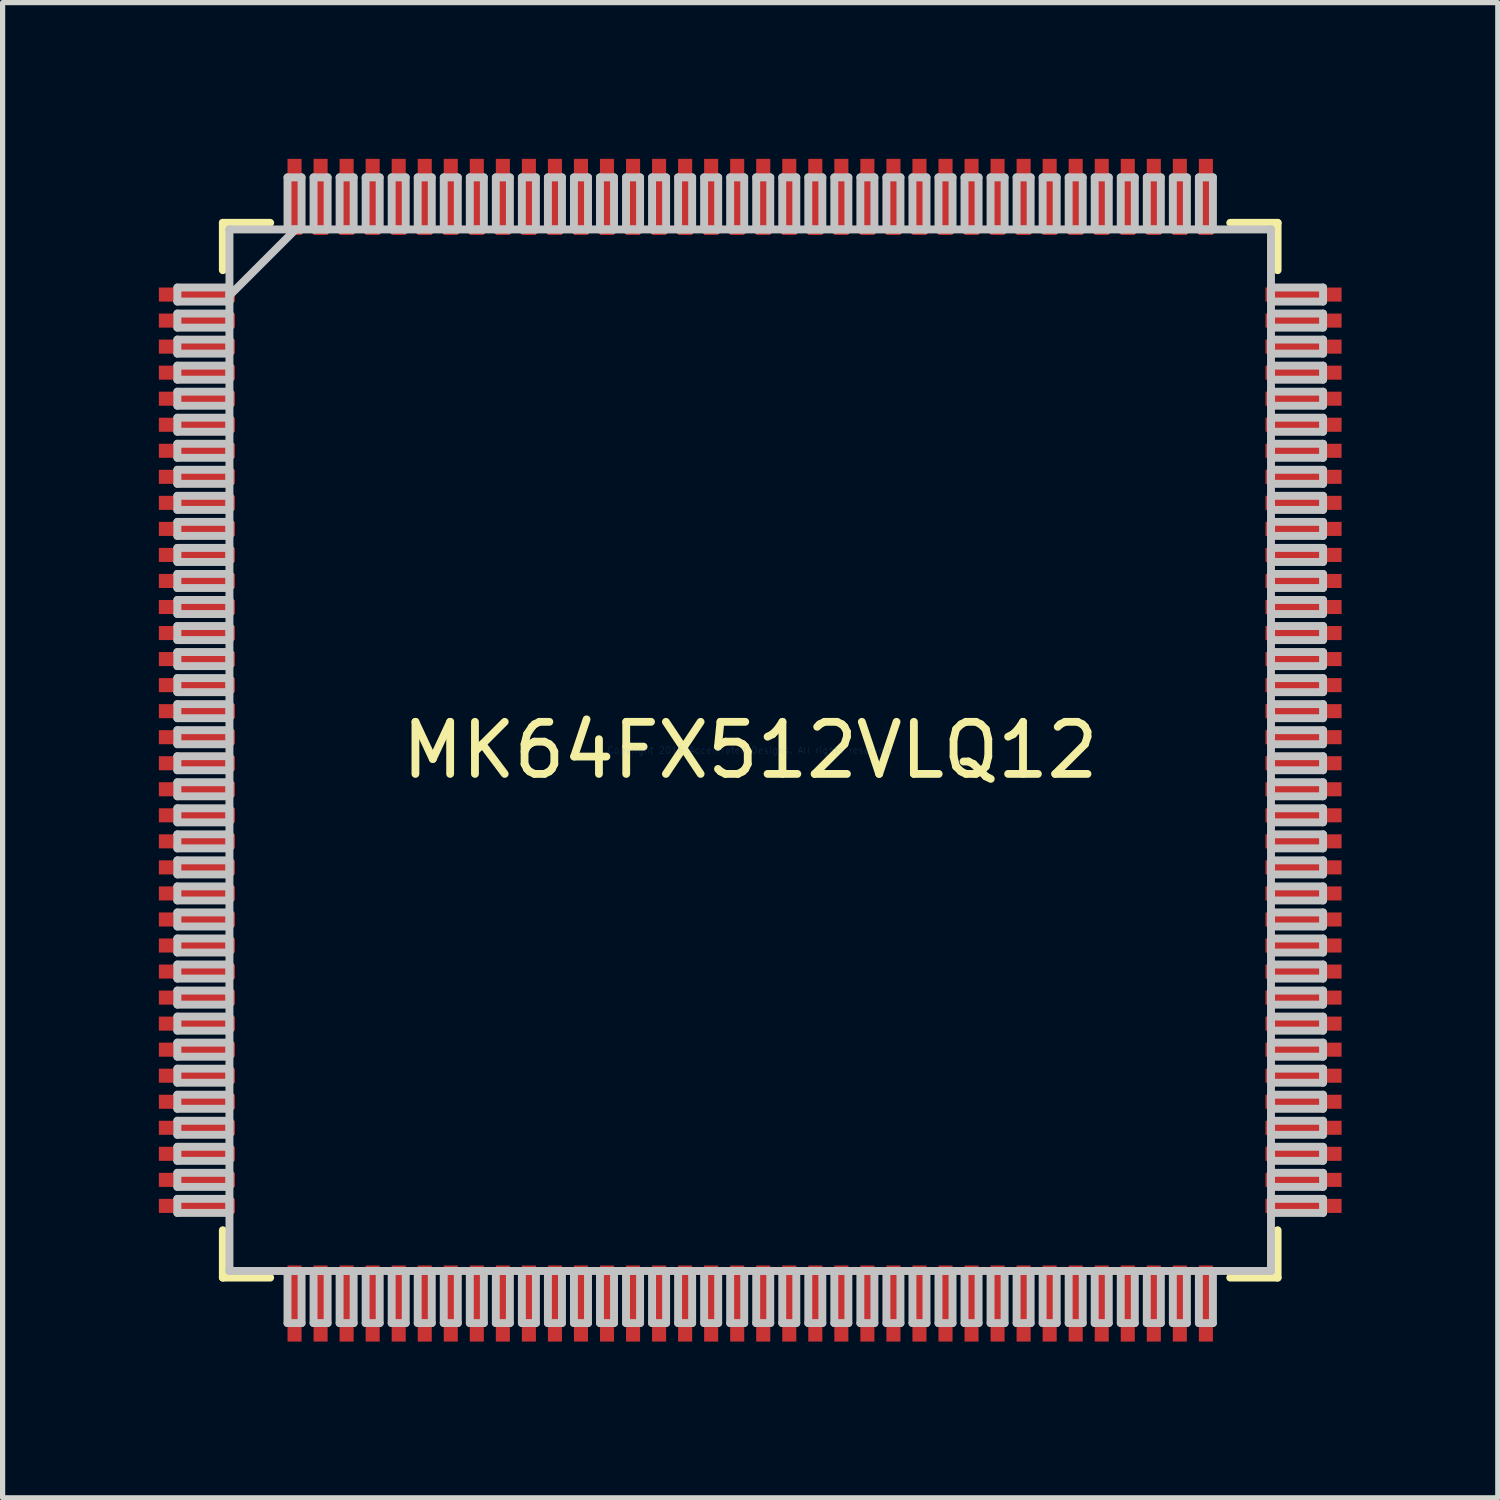
<source format=kicad_pcb>
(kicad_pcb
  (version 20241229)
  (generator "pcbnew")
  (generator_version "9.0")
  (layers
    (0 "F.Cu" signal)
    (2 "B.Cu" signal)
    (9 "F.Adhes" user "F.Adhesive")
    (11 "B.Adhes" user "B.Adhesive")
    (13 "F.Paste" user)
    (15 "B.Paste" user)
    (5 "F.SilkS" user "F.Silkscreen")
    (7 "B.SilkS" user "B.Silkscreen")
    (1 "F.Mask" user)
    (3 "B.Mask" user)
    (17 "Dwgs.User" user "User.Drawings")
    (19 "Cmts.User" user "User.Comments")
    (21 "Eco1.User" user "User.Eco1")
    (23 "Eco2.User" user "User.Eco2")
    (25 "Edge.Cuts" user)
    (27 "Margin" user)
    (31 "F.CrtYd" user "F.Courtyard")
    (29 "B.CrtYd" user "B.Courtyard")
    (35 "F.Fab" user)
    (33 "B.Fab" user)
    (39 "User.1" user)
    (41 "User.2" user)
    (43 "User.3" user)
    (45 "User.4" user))
  (footprint "MK64FX512VLQ12"
    (layer "F.Cu")
    (at 11.356 11.356)
    (property "Reference" "MK64FX512VLQ12" (at 0 0 0) (layer "F.SilkS") (effects (font (size 1 1) (thickness 0.15))))
    (attr through_hole)
    (fp_line (start -10.127 -10.127) (end -10.127 -9.218) (stroke (width 0.152) (type solid)) (layer "F.SilkS"))
    (fp_line (start -10.127 9.218) (end -10.127 10.127) (stroke (width 0.152) (type solid)) (layer "F.SilkS"))
    (fp_line (start -10.127 10.127) (end -9.218 10.127) (stroke (width 0.152) (type solid)) (layer "F.SilkS"))
    (fp_line (start -9.218 -10.127) (end -10.127 -10.127) (stroke (width 0.152) (type solid)) (layer "F.SilkS"))
    (fp_line (start 9.218 10.127) (end 10.127 10.127) (stroke (width 0.152) (type solid)) (layer "F.SilkS"))
    (fp_line (start 10.127 -10.127) (end 9.218 -10.127) (stroke (width 0.152) (type solid)) (layer "F.SilkS"))
    (fp_line (start 10.127 -9.218) (end 10.127 -10.127) (stroke (width 0.152) (type solid)) (layer "F.SilkS"))
    (fp_line (start 10.127 10.127) (end 10.127 9.218) (stroke (width 0.152) (type solid)) (layer "F.SilkS"))
    (fp_line (start -11 -8.885) (end -11 -8.615) (stroke (width 0.152) (type solid)) (layer "Dwgs.User"))
    (fp_line (start -11 -8.615) (end -10 -8.615) (stroke (width 0.152) (type solid)) (layer "Dwgs.User"))
    (fp_line (start -11 -8.385) (end -11 -8.115) (stroke (width 0.152) (type solid)) (layer "Dwgs.User"))
    (fp_line (start -11 -8.115) (end -10 -8.115) (stroke (width 0.152) (type solid)) (layer "Dwgs.User"))
    (fp_line (start -11 -7.885) (end -11 -7.615) (stroke (width 0.152) (type solid)) (layer "Dwgs.User"))
    (fp_line (start -11 -7.615) (end -10 -7.615) (stroke (width 0.152) (type solid)) (layer "Dwgs.User"))
    (fp_line (start -11 -7.385) (end -11 -7.115) (stroke (width 0.152) (type solid)) (layer "Dwgs.User"))
    (fp_line (start -11 -7.115) (end -10 -7.115) (stroke (width 0.152) (type solid)) (layer "Dwgs.User"))
    (fp_line (start -11 -6.885) (end -11 -6.615) (stroke (width 0.152) (type solid)) (layer "Dwgs.User"))
    (fp_line (start -11 -6.615) (end -10 -6.615) (stroke (width 0.152) (type solid)) (layer "Dwgs.User"))
    (fp_line (start -11 -6.385) (end -11 -6.115) (stroke (width 0.152) (type solid)) (layer "Dwgs.User"))
    (fp_line (start -11 -6.115) (end -10 -6.115) (stroke (width 0.152) (type solid)) (layer "Dwgs.User"))
    (fp_line (start -11 -5.885) (end -11 -5.615) (stroke (width 0.152) (type solid)) (layer "Dwgs.User"))
    (fp_line (start -11 -5.615) (end -10 -5.615) (stroke (width 0.152) (type solid)) (layer "Dwgs.User"))
    (fp_line (start -11 -5.385) (end -11 -5.115) (stroke (width 0.152) (type solid)) (layer "Dwgs.User"))
    (fp_line (start -11 -5.115) (end -10 -5.115) (stroke (width 0.152) (type solid)) (layer "Dwgs.User"))
    (fp_line (start -11 -4.885) (end -11 -4.615) (stroke (width 0.152) (type solid)) (layer "Dwgs.User"))
    (fp_line (start -11 -4.615) (end -10 -4.615) (stroke (width 0.152) (type solid)) (layer "Dwgs.User"))
    (fp_line (start -11 -4.385) (end -11 -4.115) (stroke (width 0.152) (type solid)) (layer "Dwgs.User"))
    (fp_line (start -11 -4.115) (end -10 -4.115) (stroke (width 0.152) (type solid)) (layer "Dwgs.User"))
    (fp_line (start -11 -3.885) (end -11 -3.615) (stroke (width 0.152) (type solid)) (layer "Dwgs.User"))
    (fp_line (start -11 -3.615) (end -10 -3.615) (stroke (width 0.152) (type solid)) (layer "Dwgs.User"))
    (fp_line (start -11 -3.385) (end -11 -3.115) (stroke (width 0.152) (type solid)) (layer "Dwgs.User"))
    (fp_line (start -11 -3.115) (end -10 -3.115) (stroke (width 0.152) (type solid)) (layer "Dwgs.User"))
    (fp_line (start -11 -2.885) (end -11 -2.615) (stroke (width 0.152) (type solid)) (layer "Dwgs.User"))
    (fp_line (start -11 -2.615) (end -10 -2.615) (stroke (width 0.152) (type solid)) (layer "Dwgs.User"))
    (fp_line (start -11 -2.385) (end -11 -2.115) (stroke (width 0.152) (type solid)) (layer "Dwgs.User"))
    (fp_line (start -11 -2.115) (end -10 -2.115) (stroke (width 0.152) (type solid)) (layer "Dwgs.User"))
    (fp_line (start -11 -1.885) (end -11 -1.615) (stroke (width 0.152) (type solid)) (layer "Dwgs.User"))
    (fp_line (start -11 -1.615) (end -10 -1.615) (stroke (width 0.152) (type solid)) (layer "Dwgs.User"))
    (fp_line (start -11 -1.385) (end -11 -1.115) (stroke (width 0.152) (type solid)) (layer "Dwgs.User"))
    (fp_line (start -11 -1.115) (end -10 -1.115) (stroke (width 0.152) (type solid)) (layer "Dwgs.User"))
    (fp_line (start -11 -0.885) (end -11 -0.615) (stroke (width 0.152) (type solid)) (layer "Dwgs.User"))
    (fp_line (start -11 -0.615) (end -10 -0.615) (stroke (width 0.152) (type solid)) (layer "Dwgs.User"))
    (fp_line (start -11 -0.385) (end -11 -0.115) (stroke (width 0.152) (type solid)) (layer "Dwgs.User"))
    (fp_line (start -11 -0.115) (end -10 -0.115) (stroke (width 0.152) (type solid)) (layer "Dwgs.User"))
    (fp_line (start -11 0.115) (end -11 0.385) (stroke (width 0.152) (type solid)) (layer "Dwgs.User"))
    (fp_line (start -11 0.385) (end -10 0.385) (stroke (width 0.152) (type solid)) (layer "Dwgs.User"))
    (fp_line (start -11 0.615) (end -11 0.885) (stroke (width 0.152) (type solid)) (layer "Dwgs.User"))
    (fp_line (start -11 0.885) (end -10 0.885) (stroke (width 0.152) (type solid)) (layer "Dwgs.User"))
    (fp_line (start -11 1.115) (end -11 1.385) (stroke (width 0.152) (type solid)) (layer "Dwgs.User"))
    (fp_line (start -11 1.385) (end -10 1.385) (stroke (width 0.152) (type solid)) (layer "Dwgs.User"))
    (fp_line (start -11 1.615) (end -11 1.885) (stroke (width 0.152) (type solid)) (layer "Dwgs.User"))
    (fp_line (start -11 1.885) (end -10 1.885) (stroke (width 0.152) (type solid)) (layer "Dwgs.User"))
    (fp_line (start -11 2.115) (end -11 2.385) (stroke (width 0.152) (type solid)) (layer "Dwgs.User"))
    (fp_line (start -11 2.385) (end -10 2.385) (stroke (width 0.152) (type solid)) (layer "Dwgs.User"))
    (fp_line (start -11 2.615) (end -11 2.885) (stroke (width 0.152) (type solid)) (layer "Dwgs.User"))
    (fp_line (start -11 2.885) (end -10 2.885) (stroke (width 0.152) (type solid)) (layer "Dwgs.User"))
    (fp_line (start -11 3.115) (end -11 3.385) (stroke (width 0.152) (type solid)) (layer "Dwgs.User"))
    (fp_line (start -11 3.385) (end -10 3.385) (stroke (width 0.152) (type solid)) (layer "Dwgs.User"))
    (fp_line (start -11 3.615) (end -11 3.885) (stroke (width 0.152) (type solid)) (layer "Dwgs.User"))
    (fp_line (start -11 3.885) (end -10 3.885) (stroke (width 0.152) (type solid)) (layer "Dwgs.User"))
    (fp_line (start -11 4.115) (end -11 4.385) (stroke (width 0.152) (type solid)) (layer "Dwgs.User"))
    (fp_line (start -11 4.385) (end -10 4.385) (stroke (width 0.152) (type solid)) (layer "Dwgs.User"))
    (fp_line (start -11 4.615) (end -11 4.885) (stroke (width 0.152) (type solid)) (layer "Dwgs.User"))
    (fp_line (start -11 4.885) (end -10 4.885) (stroke (width 0.152) (type solid)) (layer "Dwgs.User"))
    (fp_line (start -11 5.115) (end -11 5.385) (stroke (width 0.152) (type solid)) (layer "Dwgs.User"))
    (fp_line (start -11 5.385) (end -10 5.385) (stroke (width 0.152) (type solid)) (layer "Dwgs.User"))
    (fp_line (start -11 5.615) (end -11 5.885) (stroke (width 0.152) (type solid)) (layer "Dwgs.User"))
    (fp_line (start -11 5.885) (end -10 5.885) (stroke (width 0.152) (type solid)) (layer "Dwgs.User"))
    (fp_line (start -11 6.115) (end -11 6.385) (stroke (width 0.152) (type solid)) (layer "Dwgs.User"))
    (fp_line (start -11 6.385) (end -10 6.385) (stroke (width 0.152) (type solid)) (layer "Dwgs.User"))
    (fp_line (start -11 6.615) (end -11 6.885) (stroke (width 0.152) (type solid)) (layer "Dwgs.User"))
    (fp_line (start -11 6.885) (end -10 6.885) (stroke (width 0.152) (type solid)) (layer "Dwgs.User"))
    (fp_line (start -11 7.115) (end -11 7.385) (stroke (width 0.152) (type solid)) (layer "Dwgs.User"))
    (fp_line (start -11 7.385) (end -10 7.385) (stroke (width 0.152) (type solid)) (layer "Dwgs.User"))
    (fp_line (start -11 7.615) (end -11 7.885) (stroke (width 0.152) (type solid)) (layer "Dwgs.User"))
    (fp_line (start -11 7.885) (end -10 7.885) (stroke (width 0.152) (type solid)) (layer "Dwgs.User"))
    (fp_line (start -11 8.115) (end -11 8.385) (stroke (width 0.152) (type solid)) (layer "Dwgs.User"))
    (fp_line (start -11 8.385) (end -10 8.385) (stroke (width 0.152) (type solid)) (layer "Dwgs.User"))
    (fp_line (start -11 8.615) (end -11 8.885) (stroke (width 0.152) (type solid)) (layer "Dwgs.User"))
    (fp_line (start -11 8.885) (end -10 8.885) (stroke (width 0.152) (type solid)) (layer "Dwgs.User"))
    (fp_line (start -10 -10) (end -10 -10) (stroke (width 0.152) (type solid)) (layer "Dwgs.User"))
    (fp_line (start -10 -10) (end -10 10) (stroke (width 0.152) (type solid)) (layer "Dwgs.User"))
    (fp_line (start -10 -8.885) (end -11 -8.885) (stroke (width 0.152) (type solid)) (layer "Dwgs.User"))
    (fp_line (start -10 -8.73) (end -8.73 -10) (stroke (width 0.152) (type solid)) (layer "Dwgs.User"))
    (fp_line (start -10 -8.615) (end -10 -8.885) (stroke (width 0.152) (type solid)) (layer "Dwgs.User"))
    (fp_line (start -10 -8.385) (end -11 -8.385) (stroke (width 0.152) (type solid)) (layer "Dwgs.User"))
    (fp_line (start -10 -8.115) (end -10 -8.385) (stroke (width 0.152) (type solid)) (layer "Dwgs.User"))
    (fp_line (start -10 -7.885) (end -11 -7.885) (stroke (width 0.152) (type solid)) (layer "Dwgs.User"))
    (fp_line (start -10 -7.615) (end -10 -7.885) (stroke (width 0.152) (type solid)) (layer "Dwgs.User"))
    (fp_line (start -10 -7.385) (end -11 -7.385) (stroke (width 0.152) (type solid)) (layer "Dwgs.User"))
    (fp_line (start -10 -7.115) (end -10 -7.385) (stroke (width 0.152) (type solid)) (layer "Dwgs.User"))
    (fp_line (start -10 -6.885) (end -11 -6.885) (stroke (width 0.152) (type solid)) (layer "Dwgs.User"))
    (fp_line (start -10 -6.615) (end -10 -6.885) (stroke (width 0.152) (type solid)) (layer "Dwgs.User"))
    (fp_line (start -10 -6.385) (end -11 -6.385) (stroke (width 0.152) (type solid)) (layer "Dwgs.User"))
    (fp_line (start -10 -6.115) (end -10 -6.385) (stroke (width 0.152) (type solid)) (layer "Dwgs.User"))
    (fp_line (start -10 -5.885) (end -11 -5.885) (stroke (width 0.152) (type solid)) (layer "Dwgs.User"))
    (fp_line (start -10 -5.615) (end -10 -5.885) (stroke (width 0.152) (type solid)) (layer "Dwgs.User"))
    (fp_line (start -10 -5.385) (end -11 -5.385) (stroke (width 0.152) (type solid)) (layer "Dwgs.User"))
    (fp_line (start -10 -5.115) (end -10 -5.385) (stroke (width 0.152) (type solid)) (layer "Dwgs.User"))
    (fp_line (start -10 -4.885) (end -11 -4.885) (stroke (width 0.152) (type solid)) (layer "Dwgs.User"))
    (fp_line (start -10 -4.615) (end -10 -4.885) (stroke (width 0.152) (type solid)) (layer "Dwgs.User"))
    (fp_line (start -10 -4.385) (end -11 -4.385) (stroke (width 0.152) (type solid)) (layer "Dwgs.User"))
    (fp_line (start -10 -4.115) (end -10 -4.385) (stroke (width 0.152) (type solid)) (layer "Dwgs.User"))
    (fp_line (start -10 -3.885) (end -11 -3.885) (stroke (width 0.152) (type solid)) (layer "Dwgs.User"))
    (fp_line (start -10 -3.615) (end -10 -3.885) (stroke (width 0.152) (type solid)) (layer "Dwgs.User"))
    (fp_line (start -10 -3.385) (end -11 -3.385) (stroke (width 0.152) (type solid)) (layer "Dwgs.User"))
    (fp_line (start -10 -3.115) (end -10 -3.385) (stroke (width 0.152) (type solid)) (layer "Dwgs.User"))
    (fp_line (start -10 -2.885) (end -11 -2.885) (stroke (width 0.152) (type solid)) (layer "Dwgs.User"))
    (fp_line (start -10 -2.615) (end -10 -2.885) (stroke (width 0.152) (type solid)) (layer "Dwgs.User"))
    (fp_line (start -10 -2.385) (end -11 -2.385) (stroke (width 0.152) (type solid)) (layer "Dwgs.User"))
    (fp_line (start -10 -2.115) (end -10 -2.385) (stroke (width 0.152) (type solid)) (layer "Dwgs.User"))
    (fp_line (start -10 -1.885) (end -11 -1.885) (stroke (width 0.152) (type solid)) (layer "Dwgs.User"))
    (fp_line (start -10 -1.615) (end -10 -1.885) (stroke (width 0.152) (type solid)) (layer "Dwgs.User"))
    (fp_line (start -10 -1.385) (end -11 -1.385) (stroke (width 0.152) (type solid)) (layer "Dwgs.User"))
    (fp_line (start -10 -1.115) (end -10 -1.385) (stroke (width 0.152) (type solid)) (layer "Dwgs.User"))
    (fp_line (start -10 -0.885) (end -11 -0.885) (stroke (width 0.152) (type solid)) (layer "Dwgs.User"))
    (fp_line (start -10 -0.615) (end -10 -0.885) (stroke (width 0.152) (type solid)) (layer "Dwgs.User"))
    (fp_line (start -10 -0.385) (end -11 -0.385) (stroke (width 0.152) (type solid)) (layer "Dwgs.User"))
    (fp_line (start -10 -0.115) (end -10 -0.385) (stroke (width 0.152) (type solid)) (layer "Dwgs.User"))
    (fp_line (start -10 0.115) (end -11 0.115) (stroke (width 0.152) (type solid)) (layer "Dwgs.User"))
    (fp_line (start -10 0.385) (end -10 0.115) (stroke (width 0.152) (type solid)) (layer "Dwgs.User"))
    (fp_line (start -10 0.615) (end -11 0.615) (stroke (width 0.152) (type solid)) (layer "Dwgs.User"))
    (fp_line (start -10 0.885) (end -10 0.615) (stroke (width 0.152) (type solid)) (layer "Dwgs.User"))
    (fp_line (start -10 1.115) (end -11 1.115) (stroke (width 0.152) (type solid)) (layer "Dwgs.User"))
    (fp_line (start -10 1.385) (end -10 1.115) (stroke (width 0.152) (type solid)) (layer "Dwgs.User"))
    (fp_line (start -10 1.615) (end -11 1.615) (stroke (width 0.152) (type solid)) (layer "Dwgs.User"))
    (fp_line (start -10 1.885) (end -10 1.615) (stroke (width 0.152) (type solid)) (layer "Dwgs.User"))
    (fp_line (start -10 2.115) (end -11 2.115) (stroke (width 0.152) (type solid)) (layer "Dwgs.User"))
    (fp_line (start -10 2.385) (end -10 2.115) (stroke (width 0.152) (type solid)) (layer "Dwgs.User"))
    (fp_line (start -10 2.615) (end -11 2.615) (stroke (width 0.152) (type solid)) (layer "Dwgs.User"))
    (fp_line (start -10 2.885) (end -10 2.615) (stroke (width 0.152) (type solid)) (layer "Dwgs.User"))
    (fp_line (start -10 3.115) (end -11 3.115) (stroke (width 0.152) (type solid)) (layer "Dwgs.User"))
    (fp_line (start -10 3.385) (end -10 3.115) (stroke (width 0.152) (type solid)) (layer "Dwgs.User"))
    (fp_line (start -10 3.615) (end -11 3.615) (stroke (width 0.152) (type solid)) (layer "Dwgs.User"))
    (fp_line (start -10 3.885) (end -10 3.615) (stroke (width 0.152) (type solid)) (layer "Dwgs.User"))
    (fp_line (start -10 4.115) (end -11 4.115) (stroke (width 0.152) (type solid)) (layer "Dwgs.User"))
    (fp_line (start -10 4.385) (end -10 4.115) (stroke (width 0.152) (type solid)) (layer "Dwgs.User"))
    (fp_line (start -10 4.615) (end -11 4.615) (stroke (width 0.152) (type solid)) (layer "Dwgs.User"))
    (fp_line (start -10 4.885) (end -10 4.615) (stroke (width 0.152) (type solid)) (layer "Dwgs.User"))
    (fp_line (start -10 5.115) (end -11 5.115) (stroke (width 0.152) (type solid)) (layer "Dwgs.User"))
    (fp_line (start -10 5.385) (end -10 5.115) (stroke (width 0.152) (type solid)) (layer "Dwgs.User"))
    (fp_line (start -10 5.615) (end -11 5.615) (stroke (width 0.152) (type solid)) (layer "Dwgs.User"))
    (fp_line (start -10 5.885) (end -10 5.615) (stroke (width 0.152) (type solid)) (layer "Dwgs.User"))
    (fp_line (start -10 6.115) (end -11 6.115) (stroke (width 0.152) (type solid)) (layer "Dwgs.User"))
    (fp_line (start -10 6.385) (end -10 6.115) (stroke (width 0.152) (type solid)) (layer "Dwgs.User"))
    (fp_line (start -10 6.615) (end -11 6.615) (stroke (width 0.152) (type solid)) (layer "Dwgs.User"))
    (fp_line (start -10 6.885) (end -10 6.615) (stroke (width 0.152) (type solid)) (layer "Dwgs.User"))
    (fp_line (start -10 7.115) (end -11 7.115) (stroke (width 0.152) (type solid)) (layer "Dwgs.User"))
    (fp_line (start -10 7.385) (end -10 7.115) (stroke (width 0.152) (type solid)) (layer "Dwgs.User"))
    (fp_line (start -10 7.615) (end -11 7.615) (stroke (width 0.152) (type solid)) (layer "Dwgs.User"))
    (fp_line (start -10 7.885) (end -10 7.615) (stroke (width 0.152) (type solid)) (layer "Dwgs.User"))
    (fp_line (start -10 8.115) (end -11 8.115) (stroke (width 0.152) (type solid)) (layer "Dwgs.User"))
    (fp_line (start -10 8.385) (end -10 8.115) (stroke (width 0.152) (type solid)) (layer "Dwgs.User"))
    (fp_line (start -10 8.615) (end -11 8.615) (stroke (width 0.152) (type solid)) (layer "Dwgs.User"))
    (fp_line (start -10 8.885) (end -10 8.615) (stroke (width 0.152) (type solid)) (layer "Dwgs.User"))
    (fp_line (start -10 10) (end -10 10) (stroke (width 0.152) (type solid)) (layer "Dwgs.User"))
    (fp_line (start -10 10) (end 10 10) (stroke (width 0.152) (type solid)) (layer "Dwgs.User"))
    (fp_line (start -8.885 -11) (end -8.885 -10) (stroke (width 0.152) (type solid)) (layer "Dwgs.User"))
    (fp_line (start -8.885 -10) (end -8.615 -10) (stroke (width 0.152) (type solid)) (layer "Dwgs.User"))
    (fp_line (start -8.885 10) (end -8.885 11) (stroke (width 0.152) (type solid)) (layer "Dwgs.User"))
    (fp_line (start -8.885 11) (end -8.615 11) (stroke (width 0.152) (type solid)) (layer "Dwgs.User"))
    (fp_line (start -8.615 -11) (end -8.885 -11) (stroke (width 0.152) (type solid)) (layer "Dwgs.User"))
    (fp_line (start -8.615 -10) (end -8.615 -11) (stroke (width 0.152) (type solid)) (layer "Dwgs.User"))
    (fp_line (start -8.615 10) (end -8.885 10) (stroke (width 0.152) (type solid)) (layer "Dwgs.User"))
    (fp_line (start -8.615 11) (end -8.615 10) (stroke (width 0.152) (type solid)) (layer "Dwgs.User"))
    (fp_line (start -8.385 -11) (end -8.385 -10) (stroke (width 0.152) (type solid)) (layer "Dwgs.User"))
    (fp_line (start -8.385 -10) (end -8.115 -10) (stroke (width 0.152) (type solid)) (layer "Dwgs.User"))
    (fp_line (start -8.385 10) (end -8.385 11) (stroke (width 0.152) (type solid)) (layer "Dwgs.User"))
    (fp_line (start -8.385 11) (end -8.115 11) (stroke (width 0.152) (type solid)) (layer "Dwgs.User"))
    (fp_line (start -8.115 -11) (end -8.385 -11) (stroke (width 0.152) (type solid)) (layer "Dwgs.User"))
    (fp_line (start -8.115 -10) (end -8.115 -11) (stroke (width 0.152) (type solid)) (layer "Dwgs.User"))
    (fp_line (start -8.115 10) (end -8.385 10) (stroke (width 0.152) (type solid)) (layer "Dwgs.User"))
    (fp_line (start -8.115 11) (end -8.115 10) (stroke (width 0.152) (type solid)) (layer "Dwgs.User"))
    (fp_line (start -7.885 -11) (end -7.885 -10) (stroke (width 0.152) (type solid)) (layer "Dwgs.User"))
    (fp_line (start -7.885 -10) (end -7.615 -10) (stroke (width 0.152) (type solid)) (layer "Dwgs.User"))
    (fp_line (start -7.885 10) (end -7.885 11) (stroke (width 0.152) (type solid)) (layer "Dwgs.User"))
    (fp_line (start -7.885 11) (end -7.615 11) (stroke (width 0.152) (type solid)) (layer "Dwgs.User"))
    (fp_line (start -7.615 -11) (end -7.885 -11) (stroke (width 0.152) (type solid)) (layer "Dwgs.User"))
    (fp_line (start -7.615 -10) (end -7.615 -11) (stroke (width 0.152) (type solid)) (layer "Dwgs.User"))
    (fp_line (start -7.615 10) (end -7.885 10) (stroke (width 0.152) (type solid)) (layer "Dwgs.User"))
    (fp_line (start -7.615 11) (end -7.615 10) (stroke (width 0.152) (type solid)) (layer "Dwgs.User"))
    (fp_line (start -7.385 -11) (end -7.385 -10) (stroke (width 0.152) (type solid)) (layer "Dwgs.User"))
    (fp_line (start -7.385 -10) (end -7.115 -10) (stroke (width 0.152) (type solid)) (layer "Dwgs.User"))
    (fp_line (start -7.385 10) (end -7.385 11) (stroke (width 0.152) (type solid)) (layer "Dwgs.User"))
    (fp_line (start -7.385 11) (end -7.115 11) (stroke (width 0.152) (type solid)) (layer "Dwgs.User"))
    (fp_line (start -7.115 -11) (end -7.385 -11) (stroke (width 0.152) (type solid)) (layer "Dwgs.User"))
    (fp_line (start -7.115 -10) (end -7.115 -11) (stroke (width 0.152) (type solid)) (layer "Dwgs.User"))
    (fp_line (start -7.115 10) (end -7.385 10) (stroke (width 0.152) (type solid)) (layer "Dwgs.User"))
    (fp_line (start -7.115 11) (end -7.115 10) (stroke (width 0.152) (type solid)) (layer "Dwgs.User"))
    (fp_line (start -6.885 -11) (end -6.885 -10) (stroke (width 0.152) (type solid)) (layer "Dwgs.User"))
    (fp_line (start -6.885 -10) (end -6.615 -10) (stroke (width 0.152) (type solid)) (layer "Dwgs.User"))
    (fp_line (start -6.885 10) (end -6.885 11) (stroke (width 0.152) (type solid)) (layer "Dwgs.User"))
    (fp_line (start -6.885 11) (end -6.615 11) (stroke (width 0.152) (type solid)) (layer "Dwgs.User"))
    (fp_line (start -6.615 -11) (end -6.885 -11) (stroke (width 0.152) (type solid)) (layer "Dwgs.User"))
    (fp_line (start -6.615 -10) (end -6.615 -11) (stroke (width 0.152) (type solid)) (layer "Dwgs.User"))
    (fp_line (start -6.615 10) (end -6.885 10) (stroke (width 0.152) (type solid)) (layer "Dwgs.User"))
    (fp_line (start -6.615 11) (end -6.615 10) (stroke (width 0.152) (type solid)) (layer "Dwgs.User"))
    (fp_line (start -6.385 -11) (end -6.385 -10) (stroke (width 0.152) (type solid)) (layer "Dwgs.User"))
    (fp_line (start -6.385 -10) (end -6.115 -10) (stroke (width 0.152) (type solid)) (layer "Dwgs.User"))
    (fp_line (start -6.385 10) (end -6.385 11) (stroke (width 0.152) (type solid)) (layer "Dwgs.User"))
    (fp_line (start -6.385 11) (end -6.115 11) (stroke (width 0.152) (type solid)) (layer "Dwgs.User"))
    (fp_line (start -6.115 -11) (end -6.385 -11) (stroke (width 0.152) (type solid)) (layer "Dwgs.User"))
    (fp_line (start -6.115 -10) (end -6.115 -11) (stroke (width 0.152) (type solid)) (layer "Dwgs.User"))
    (fp_line (start -6.115 10) (end -6.385 10) (stroke (width 0.152) (type solid)) (layer "Dwgs.User"))
    (fp_line (start -6.115 11) (end -6.115 10) (stroke (width 0.152) (type solid)) (layer "Dwgs.User"))
    (fp_line (start -5.885 -11) (end -5.885 -10) (stroke (width 0.152) (type solid)) (layer "Dwgs.User"))
    (fp_line (start -5.885 -10) (end -5.615 -10) (stroke (width 0.152) (type solid)) (layer "Dwgs.User"))
    (fp_line (start -5.885 10) (end -5.885 11) (stroke (width 0.152) (type solid)) (layer "Dwgs.User"))
    (fp_line (start -5.885 11) (end -5.615 11) (stroke (width 0.152) (type solid)) (layer "Dwgs.User"))
    (fp_line (start -5.615 -11) (end -5.885 -11) (stroke (width 0.152) (type solid)) (layer "Dwgs.User"))
    (fp_line (start -5.615 -10) (end -5.615 -11) (stroke (width 0.152) (type solid)) (layer "Dwgs.User"))
    (fp_line (start -5.615 10) (end -5.885 10) (stroke (width 0.152) (type solid)) (layer "Dwgs.User"))
    (fp_line (start -5.615 11) (end -5.615 10) (stroke (width 0.152) (type solid)) (layer "Dwgs.User"))
    (fp_line (start -5.385 -11) (end -5.385 -10) (stroke (width 0.152) (type solid)) (layer "Dwgs.User"))
    (fp_line (start -5.385 -10) (end -5.115 -10) (stroke (width 0.152) (type solid)) (layer "Dwgs.User"))
    (fp_line (start -5.385 10) (end -5.385 11) (stroke (width 0.152) (type solid)) (layer "Dwgs.User"))
    (fp_line (start -5.385 11) (end -5.115 11) (stroke (width 0.152) (type solid)) (layer "Dwgs.User"))
    (fp_line (start -5.115 -11) (end -5.385 -11) (stroke (width 0.152) (type solid)) (layer "Dwgs.User"))
    (fp_line (start -5.115 -10) (end -5.115 -11) (stroke (width 0.152) (type solid)) (layer "Dwgs.User"))
    (fp_line (start -5.115 10) (end -5.385 10) (stroke (width 0.152) (type solid)) (layer "Dwgs.User"))
    (fp_line (start -5.115 11) (end -5.115 10) (stroke (width 0.152) (type solid)) (layer "Dwgs.User"))
    (fp_line (start -4.885 -11) (end -4.885 -10) (stroke (width 0.152) (type solid)) (layer "Dwgs.User"))
    (fp_line (start -4.885 -10) (end -4.615 -10) (stroke (width 0.152) (type solid)) (layer "Dwgs.User"))
    (fp_line (start -4.885 10) (end -4.885 11) (stroke (width 0.152) (type solid)) (layer "Dwgs.User"))
    (fp_line (start -4.885 11) (end -4.615 11) (stroke (width 0.152) (type solid)) (layer "Dwgs.User"))
    (fp_line (start -4.615 -11) (end -4.885 -11) (stroke (width 0.152) (type solid)) (layer "Dwgs.User"))
    (fp_line (start -4.615 -10) (end -4.615 -11) (stroke (width 0.152) (type solid)) (layer "Dwgs.User"))
    (fp_line (start -4.615 10) (end -4.885 10) (stroke (width 0.152) (type solid)) (layer "Dwgs.User"))
    (fp_line (start -4.615 11) (end -4.615 10) (stroke (width 0.152) (type solid)) (layer "Dwgs.User"))
    (fp_line (start -4.385 -11) (end -4.385 -10) (stroke (width 0.152) (type solid)) (layer "Dwgs.User"))
    (fp_line (start -4.385 -10) (end -4.115 -10) (stroke (width 0.152) (type solid)) (layer "Dwgs.User"))
    (fp_line (start -4.385 10) (end -4.385 11) (stroke (width 0.152) (type solid)) (layer "Dwgs.User"))
    (fp_line (start -4.385 11) (end -4.115 11) (stroke (width 0.152) (type solid)) (layer "Dwgs.User"))
    (fp_line (start -4.115 -11) (end -4.385 -11) (stroke (width 0.152) (type solid)) (layer "Dwgs.User"))
    (fp_line (start -4.115 -10) (end -4.115 -11) (stroke (width 0.152) (type solid)) (layer "Dwgs.User"))
    (fp_line (start -4.115 10) (end -4.385 10) (stroke (width 0.152) (type solid)) (layer "Dwgs.User"))
    (fp_line (start -4.115 11) (end -4.115 10) (stroke (width 0.152) (type solid)) (layer "Dwgs.User"))
    (fp_line (start -3.885 -11) (end -3.885 -10) (stroke (width 0.152) (type solid)) (layer "Dwgs.User"))
    (fp_line (start -3.885 -10) (end -3.615 -10) (stroke (width 0.152) (type solid)) (layer "Dwgs.User"))
    (fp_line (start -3.885 10) (end -3.885 11) (stroke (width 0.152) (type solid)) (layer "Dwgs.User"))
    (fp_line (start -3.885 11) (end -3.615 11) (stroke (width 0.152) (type solid)) (layer "Dwgs.User"))
    (fp_line (start -3.615 -11) (end -3.885 -11) (stroke (width 0.152) (type solid)) (layer "Dwgs.User"))
    (fp_line (start -3.615 -10) (end -3.615 -11) (stroke (width 0.152) (type solid)) (layer "Dwgs.User"))
    (fp_line (start -3.615 10) (end -3.885 10) (stroke (width 0.152) (type solid)) (layer "Dwgs.User"))
    (fp_line (start -3.615 11) (end -3.615 10) (stroke (width 0.152) (type solid)) (layer "Dwgs.User"))
    (fp_line (start -3.385 -11) (end -3.385 -10) (stroke (width 0.152) (type solid)) (layer "Dwgs.User"))
    (fp_line (start -3.385 -10) (end -3.115 -10) (stroke (width 0.152) (type solid)) (layer "Dwgs.User"))
    (fp_line (start -3.385 10) (end -3.385 11) (stroke (width 0.152) (type solid)) (layer "Dwgs.User"))
    (fp_line (start -3.385 11) (end -3.115 11) (stroke (width 0.152) (type solid)) (layer "Dwgs.User"))
    (fp_line (start -3.115 -11) (end -3.385 -11) (stroke (width 0.152) (type solid)) (layer "Dwgs.User"))
    (fp_line (start -3.115 -10) (end -3.115 -11) (stroke (width 0.152) (type solid)) (layer "Dwgs.User"))
    (fp_line (start -3.115 10) (end -3.385 10) (stroke (width 0.152) (type solid)) (layer "Dwgs.User"))
    (fp_line (start -3.115 11) (end -3.115 10) (stroke (width 0.152) (type solid)) (layer "Dwgs.User"))
    (fp_line (start -2.885 -11) (end -2.885 -10) (stroke (width 0.152) (type solid)) (layer "Dwgs.User"))
    (fp_line (start -2.885 -10) (end -2.615 -10) (stroke (width 0.152) (type solid)) (layer "Dwgs.User"))
    (fp_line (start -2.885 10) (end -2.885 11) (stroke (width 0.152) (type solid)) (layer "Dwgs.User"))
    (fp_line (start -2.885 11) (end -2.615 11) (stroke (width 0.152) (type solid)) (layer "Dwgs.User"))
    (fp_line (start -2.615 -11) (end -2.885 -11) (stroke (width 0.152) (type solid)) (layer "Dwgs.User"))
    (fp_line (start -2.615 -10) (end -2.615 -11) (stroke (width 0.152) (type solid)) (layer "Dwgs.User"))
    (fp_line (start -2.615 10) (end -2.885 10) (stroke (width 0.152) (type solid)) (layer "Dwgs.User"))
    (fp_line (start -2.615 11) (end -2.615 10) (stroke (width 0.152) (type solid)) (layer "Dwgs.User"))
    (fp_line (start -2.385 -11) (end -2.385 -10) (stroke (width 0.152) (type solid)) (layer "Dwgs.User"))
    (fp_line (start -2.385 -10) (end -2.115 -10) (stroke (width 0.152) (type solid)) (layer "Dwgs.User"))
    (fp_line (start -2.385 10) (end -2.385 11) (stroke (width 0.152) (type solid)) (layer "Dwgs.User"))
    (fp_line (start -2.385 11) (end -2.115 11) (stroke (width 0.152) (type solid)) (layer "Dwgs.User"))
    (fp_line (start -2.115 -11) (end -2.385 -11) (stroke (width 0.152) (type solid)) (layer "Dwgs.User"))
    (fp_line (start -2.115 -10) (end -2.115 -11) (stroke (width 0.152) (type solid)) (layer "Dwgs.User"))
    (fp_line (start -2.115 10) (end -2.385 10) (stroke (width 0.152) (type solid)) (layer "Dwgs.User"))
    (fp_line (start -2.115 11) (end -2.115 10) (stroke (width 0.152) (type solid)) (layer "Dwgs.User"))
    (fp_line (start -1.885 -11) (end -1.885 -10) (stroke (width 0.152) (type solid)) (layer "Dwgs.User"))
    (fp_line (start -1.885 -10) (end -1.615 -10) (stroke (width 0.152) (type solid)) (layer "Dwgs.User"))
    (fp_line (start -1.885 10) (end -1.885 11) (stroke (width 0.152) (type solid)) (layer "Dwgs.User"))
    (fp_line (start -1.885 11) (end -1.615 11) (stroke (width 0.152) (type solid)) (layer "Dwgs.User"))
    (fp_line (start -1.615 -11) (end -1.885 -11) (stroke (width 0.152) (type solid)) (layer "Dwgs.User"))
    (fp_line (start -1.615 -10) (end -1.615 -11) (stroke (width 0.152) (type solid)) (layer "Dwgs.User"))
    (fp_line (start -1.615 10) (end -1.885 10) (stroke (width 0.152) (type solid)) (layer "Dwgs.User"))
    (fp_line (start -1.615 11) (end -1.615 10) (stroke (width 0.152) (type solid)) (layer "Dwgs.User"))
    (fp_line (start -1.385 -11) (end -1.385 -10) (stroke (width 0.152) (type solid)) (layer "Dwgs.User"))
    (fp_line (start -1.385 -10) (end -1.115 -10) (stroke (width 0.152) (type solid)) (layer "Dwgs.User"))
    (fp_line (start -1.385 10) (end -1.385 11) (stroke (width 0.152) (type solid)) (layer "Dwgs.User"))
    (fp_line (start -1.385 11) (end -1.115 11) (stroke (width 0.152) (type solid)) (layer "Dwgs.User"))
    (fp_line (start -1.115 -11) (end -1.385 -11) (stroke (width 0.152) (type solid)) (layer "Dwgs.User"))
    (fp_line (start -1.115 -10) (end -1.115 -11) (stroke (width 0.152) (type solid)) (layer "Dwgs.User"))
    (fp_line (start -1.115 10) (end -1.385 10) (stroke (width 0.152) (type solid)) (layer "Dwgs.User"))
    (fp_line (start -1.115 11) (end -1.115 10) (stroke (width 0.152) (type solid)) (layer "Dwgs.User"))
    (fp_line (start -0.885 -11) (end -0.885 -10) (stroke (width 0.152) (type solid)) (layer "Dwgs.User"))
    (fp_line (start -0.885 -10) (end -0.615 -10) (stroke (width 0.152) (type solid)) (layer "Dwgs.User"))
    (fp_line (start -0.885 10) (end -0.885 11) (stroke (width 0.152) (type solid)) (layer "Dwgs.User"))
    (fp_line (start -0.885 11) (end -0.615 11) (stroke (width 0.152) (type solid)) (layer "Dwgs.User"))
    (fp_line (start -0.615 -11) (end -0.885 -11) (stroke (width 0.152) (type solid)) (layer "Dwgs.User"))
    (fp_line (start -0.615 -10) (end -0.615 -11) (stroke (width 0.152) (type solid)) (layer "Dwgs.User"))
    (fp_line (start -0.615 10) (end -0.885 10) (stroke (width 0.152) (type solid)) (layer "Dwgs.User"))
    (fp_line (start -0.615 11) (end -0.615 10) (stroke (width 0.152) (type solid)) (layer "Dwgs.User"))
    (fp_line (start -0.385 -11) (end -0.385 -10) (stroke (width 0.152) (type solid)) (layer "Dwgs.User"))
    (fp_line (start -0.385 -10) (end -0.115 -10) (stroke (width 0.152) (type solid)) (layer "Dwgs.User"))
    (fp_line (start -0.385 10) (end -0.385 11) (stroke (width 0.152) (type solid)) (layer "Dwgs.User"))
    (fp_line (start -0.385 11) (end -0.115 11) (stroke (width 0.152) (type solid)) (layer "Dwgs.User"))
    (fp_line (start -0.115 -11) (end -0.385 -11) (stroke (width 0.152) (type solid)) (layer "Dwgs.User"))
    (fp_line (start -0.115 -10) (end -0.115 -11) (stroke (width 0.152) (type solid)) (layer "Dwgs.User"))
    (fp_line (start -0.115 10) (end -0.385 10) (stroke (width 0.152) (type solid)) (layer "Dwgs.User"))
    (fp_line (start -0.115 11) (end -0.115 10) (stroke (width 0.152) (type solid)) (layer "Dwgs.User"))
    (fp_line (start 0.115 -11) (end 0.115 -10) (stroke (width 0.152) (type solid)) (layer "Dwgs.User"))
    (fp_line (start 0.115 -10) (end 0.385 -10) (stroke (width 0.152) (type solid)) (layer "Dwgs.User"))
    (fp_line (start 0.115 10) (end 0.115 11) (stroke (width 0.152) (type solid)) (layer "Dwgs.User"))
    (fp_line (start 0.115 11) (end 0.385 11) (stroke (width 0.152) (type solid)) (layer "Dwgs.User"))
    (fp_line (start 0.385 -11) (end 0.115 -11) (stroke (width 0.152) (type solid)) (layer "Dwgs.User"))
    (fp_line (start 0.385 -10) (end 0.385 -11) (stroke (width 0.152) (type solid)) (layer "Dwgs.User"))
    (fp_line (start 0.385 10) (end 0.115 10) (stroke (width 0.152) (type solid)) (layer "Dwgs.User"))
    (fp_line (start 0.385 11) (end 0.385 10) (stroke (width 0.152) (type solid)) (layer "Dwgs.User"))
    (fp_line (start 0.615 -11) (end 0.615 -10) (stroke (width 0.152) (type solid)) (layer "Dwgs.User"))
    (fp_line (start 0.615 -10) (end 0.885 -10) (stroke (width 0.152) (type solid)) (layer "Dwgs.User"))
    (fp_line (start 0.615 10) (end 0.615 11) (stroke (width 0.152) (type solid)) (layer "Dwgs.User"))
    (fp_line (start 0.615 11) (end 0.885 11) (stroke (width 0.152) (type solid)) (layer "Dwgs.User"))
    (fp_line (start 0.885 -11) (end 0.615 -11) (stroke (width 0.152) (type solid)) (layer "Dwgs.User"))
    (fp_line (start 0.885 -10) (end 0.885 -11) (stroke (width 0.152) (type solid)) (layer "Dwgs.User"))
    (fp_line (start 0.885 10) (end 0.615 10) (stroke (width 0.152) (type solid)) (layer "Dwgs.User"))
    (fp_line (start 0.885 11) (end 0.885 10) (stroke (width 0.152) (type solid)) (layer "Dwgs.User"))
    (fp_line (start 1.115 -11) (end 1.115 -10) (stroke (width 0.152) (type solid)) (layer "Dwgs.User"))
    (fp_line (start 1.115 -10) (end 1.385 -10) (stroke (width 0.152) (type solid)) (layer "Dwgs.User"))
    (fp_line (start 1.115 10) (end 1.115 11) (stroke (width 0.152) (type solid)) (layer "Dwgs.User"))
    (fp_line (start 1.115 11) (end 1.385 11) (stroke (width 0.152) (type solid)) (layer "Dwgs.User"))
    (fp_line (start 1.385 -11) (end 1.115 -11) (stroke (width 0.152) (type solid)) (layer "Dwgs.User"))
    (fp_line (start 1.385 -10) (end 1.385 -11) (stroke (width 0.152) (type solid)) (layer "Dwgs.User"))
    (fp_line (start 1.385 10) (end 1.115 10) (stroke (width 0.152) (type solid)) (layer "Dwgs.User"))
    (fp_line (start 1.385 11) (end 1.385 10) (stroke (width 0.152) (type solid)) (layer "Dwgs.User"))
    (fp_line (start 1.615 -11) (end 1.615 -10) (stroke (width 0.152) (type solid)) (layer "Dwgs.User"))
    (fp_line (start 1.615 -10) (end 1.885 -10) (stroke (width 0.152) (type solid)) (layer "Dwgs.User"))
    (fp_line (start 1.615 10) (end 1.615 11) (stroke (width 0.152) (type solid)) (layer "Dwgs.User"))
    (fp_line (start 1.615 11) (end 1.885 11) (stroke (width 0.152) (type solid)) (layer "Dwgs.User"))
    (fp_line (start 1.885 -11) (end 1.615 -11) (stroke (width 0.152) (type solid)) (layer "Dwgs.User"))
    (fp_line (start 1.885 -10) (end 1.885 -11) (stroke (width 0.152) (type solid)) (layer "Dwgs.User"))
    (fp_line (start 1.885 10) (end 1.615 10) (stroke (width 0.152) (type solid)) (layer "Dwgs.User"))
    (fp_line (start 1.885 11) (end 1.885 10) (stroke (width 0.152) (type solid)) (layer "Dwgs.User"))
    (fp_line (start 2.115 -11) (end 2.115 -10) (stroke (width 0.152) (type solid)) (layer "Dwgs.User"))
    (fp_line (start 2.115 -10) (end 2.385 -10) (stroke (width 0.152) (type solid)) (layer "Dwgs.User"))
    (fp_line (start 2.115 10) (end 2.115 11) (stroke (width 0.152) (type solid)) (layer "Dwgs.User"))
    (fp_line (start 2.115 11) (end 2.385 11) (stroke (width 0.152) (type solid)) (layer "Dwgs.User"))
    (fp_line (start 2.385 -11) (end 2.115 -11) (stroke (width 0.152) (type solid)) (layer "Dwgs.User"))
    (fp_line (start 2.385 -10) (end 2.385 -11) (stroke (width 0.152) (type solid)) (layer "Dwgs.User"))
    (fp_line (start 2.385 10) (end 2.115 10) (stroke (width 0.152) (type solid)) (layer "Dwgs.User"))
    (fp_line (start 2.385 11) (end 2.385 10) (stroke (width 0.152) (type solid)) (layer "Dwgs.User"))
    (fp_line (start 2.615 -11) (end 2.615 -10) (stroke (width 0.152) (type solid)) (layer "Dwgs.User"))
    (fp_line (start 2.615 -10) (end 2.885 -10) (stroke (width 0.152) (type solid)) (layer "Dwgs.User"))
    (fp_line (start 2.615 10) (end 2.615 11) (stroke (width 0.152) (type solid)) (layer "Dwgs.User"))
    (fp_line (start 2.615 11) (end 2.885 11) (stroke (width 0.152) (type solid)) (layer "Dwgs.User"))
    (fp_line (start 2.885 -11) (end 2.615 -11) (stroke (width 0.152) (type solid)) (layer "Dwgs.User"))
    (fp_line (start 2.885 -10) (end 2.885 -11) (stroke (width 0.152) (type solid)) (layer "Dwgs.User"))
    (fp_line (start 2.885 10) (end 2.615 10) (stroke (width 0.152) (type solid)) (layer "Dwgs.User"))
    (fp_line (start 2.885 11) (end 2.885 10) (stroke (width 0.152) (type solid)) (layer "Dwgs.User"))
    (fp_line (start 3.115 -11) (end 3.115 -10) (stroke (width 0.152) (type solid)) (layer "Dwgs.User"))
    (fp_line (start 3.115 -10) (end 3.385 -10) (stroke (width 0.152) (type solid)) (layer "Dwgs.User"))
    (fp_line (start 3.115 10) (end 3.115 11) (stroke (width 0.152) (type solid)) (layer "Dwgs.User"))
    (fp_line (start 3.115 11) (end 3.385 11) (stroke (width 0.152) (type solid)) (layer "Dwgs.User"))
    (fp_line (start 3.385 -11) (end 3.115 -11) (stroke (width 0.152) (type solid)) (layer "Dwgs.User"))
    (fp_line (start 3.385 -10) (end 3.385 -11) (stroke (width 0.152) (type solid)) (layer "Dwgs.User"))
    (fp_line (start 3.385 10) (end 3.115 10) (stroke (width 0.152) (type solid)) (layer "Dwgs.User"))
    (fp_line (start 3.385 11) (end 3.385 10) (stroke (width 0.152) (type solid)) (layer "Dwgs.User"))
    (fp_line (start 3.615 -11) (end 3.615 -10) (stroke (width 0.152) (type solid)) (layer "Dwgs.User"))
    (fp_line (start 3.615 -10) (end 3.885 -10) (stroke (width 0.152) (type solid)) (layer "Dwgs.User"))
    (fp_line (start 3.615 10) (end 3.615 11) (stroke (width 0.152) (type solid)) (layer "Dwgs.User"))
    (fp_line (start 3.615 11) (end 3.885 11) (stroke (width 0.152) (type solid)) (layer "Dwgs.User"))
    (fp_line (start 3.885 -11) (end 3.615 -11) (stroke (width 0.152) (type solid)) (layer "Dwgs.User"))
    (fp_line (start 3.885 -10) (end 3.885 -11) (stroke (width 0.152) (type solid)) (layer "Dwgs.User"))
    (fp_line (start 3.885 10) (end 3.615 10) (stroke (width 0.152) (type solid)) (layer "Dwgs.User"))
    (fp_line (start 3.885 11) (end 3.885 10) (stroke (width 0.152) (type solid)) (layer "Dwgs.User"))
    (fp_line (start 4.115 -11) (end 4.115 -10) (stroke (width 0.152) (type solid)) (layer "Dwgs.User"))
    (fp_line (start 4.115 -10) (end 4.385 -10) (stroke (width 0.152) (type solid)) (layer "Dwgs.User"))
    (fp_line (start 4.115 10) (end 4.115 11) (stroke (width 0.152) (type solid)) (layer "Dwgs.User"))
    (fp_line (start 4.115 11) (end 4.385 11) (stroke (width 0.152) (type solid)) (layer "Dwgs.User"))
    (fp_line (start 4.385 -11) (end 4.115 -11) (stroke (width 0.152) (type solid)) (layer "Dwgs.User"))
    (fp_line (start 4.385 -10) (end 4.385 -11) (stroke (width 0.152) (type solid)) (layer "Dwgs.User"))
    (fp_line (start 4.385 10) (end 4.115 10) (stroke (width 0.152) (type solid)) (layer "Dwgs.User"))
    (fp_line (start 4.385 11) (end 4.385 10) (stroke (width 0.152) (type solid)) (layer "Dwgs.User"))
    (fp_line (start 4.615 -11) (end 4.615 -10) (stroke (width 0.152) (type solid)) (layer "Dwgs.User"))
    (fp_line (start 4.615 -10) (end 4.885 -10) (stroke (width 0.152) (type solid)) (layer "Dwgs.User"))
    (fp_line (start 4.615 10) (end 4.615 11) (stroke (width 0.152) (type solid)) (layer "Dwgs.User"))
    (fp_line (start 4.615 11) (end 4.885 11) (stroke (width 0.152) (type solid)) (layer "Dwgs.User"))
    (fp_line (start 4.885 -11) (end 4.615 -11) (stroke (width 0.152) (type solid)) (layer "Dwgs.User"))
    (fp_line (start 4.885 -10) (end 4.885 -11) (stroke (width 0.152) (type solid)) (layer "Dwgs.User"))
    (fp_line (start 4.885 10) (end 4.615 10) (stroke (width 0.152) (type solid)) (layer "Dwgs.User"))
    (fp_line (start 4.885 11) (end 4.885 10) (stroke (width 0.152) (type solid)) (layer "Dwgs.User"))
    (fp_line (start 5.115 -11) (end 5.115 -10) (stroke (width 0.152) (type solid)) (layer "Dwgs.User"))
    (fp_line (start 5.115 -10) (end 5.385 -10) (stroke (width 0.152) (type solid)) (layer "Dwgs.User"))
    (fp_line (start 5.115 10) (end 5.115 11) (stroke (width 0.152) (type solid)) (layer "Dwgs.User"))
    (fp_line (start 5.115 11) (end 5.385 11) (stroke (width 0.152) (type solid)) (layer "Dwgs.User"))
    (fp_line (start 5.385 -11) (end 5.115 -11) (stroke (width 0.152) (type solid)) (layer "Dwgs.User"))
    (fp_line (start 5.385 -10) (end 5.385 -11) (stroke (width 0.152) (type solid)) (layer "Dwgs.User"))
    (fp_line (start 5.385 10) (end 5.115 10) (stroke (width 0.152) (type solid)) (layer "Dwgs.User"))
    (fp_line (start 5.385 11) (end 5.385 10) (stroke (width 0.152) (type solid)) (layer "Dwgs.User"))
    (fp_line (start 5.615 -11) (end 5.615 -10) (stroke (width 0.152) (type solid)) (layer "Dwgs.User"))
    (fp_line (start 5.615 -10) (end 5.885 -10) (stroke (width 0.152) (type solid)) (layer "Dwgs.User"))
    (fp_line (start 5.615 10) (end 5.615 11) (stroke (width 0.152) (type solid)) (layer "Dwgs.User"))
    (fp_line (start 5.615 11) (end 5.885 11) (stroke (width 0.152) (type solid)) (layer "Dwgs.User"))
    (fp_line (start 5.885 -11) (end 5.615 -11) (stroke (width 0.152) (type solid)) (layer "Dwgs.User"))
    (fp_line (start 5.885 -10) (end 5.885 -11) (stroke (width 0.152) (type solid)) (layer "Dwgs.User"))
    (fp_line (start 5.885 10) (end 5.615 10) (stroke (width 0.152) (type solid)) (layer "Dwgs.User"))
    (fp_line (start 5.885 11) (end 5.885 10) (stroke (width 0.152) (type solid)) (layer "Dwgs.User"))
    (fp_line (start 6.115 -11) (end 6.115 -10) (stroke (width 0.152) (type solid)) (layer "Dwgs.User"))
    (fp_line (start 6.115 -10) (end 6.385 -10) (stroke (width 0.152) (type solid)) (layer "Dwgs.User"))
    (fp_line (start 6.115 10) (end 6.115 11) (stroke (width 0.152) (type solid)) (layer "Dwgs.User"))
    (fp_line (start 6.115 11) (end 6.385 11) (stroke (width 0.152) (type solid)) (layer "Dwgs.User"))
    (fp_line (start 6.385 -11) (end 6.115 -11) (stroke (width 0.152) (type solid)) (layer "Dwgs.User"))
    (fp_line (start 6.385 -10) (end 6.385 -11) (stroke (width 0.152) (type solid)) (layer "Dwgs.User"))
    (fp_line (start 6.385 10) (end 6.115 10) (stroke (width 0.152) (type solid)) (layer "Dwgs.User"))
    (fp_line (start 6.385 11) (end 6.385 10) (stroke (width 0.152) (type solid)) (layer "Dwgs.User"))
    (fp_line (start 6.615 -11) (end 6.615 -10) (stroke (width 0.152) (type solid)) (layer "Dwgs.User"))
    (fp_line (start 6.615 -10) (end 6.885 -10) (stroke (width 0.152) (type solid)) (layer "Dwgs.User"))
    (fp_line (start 6.615 10) (end 6.615 11) (stroke (width 0.152) (type solid)) (layer "Dwgs.User"))
    (fp_line (start 6.615 11) (end 6.885 11) (stroke (width 0.152) (type solid)) (layer "Dwgs.User"))
    (fp_line (start 6.885 -11) (end 6.615 -11) (stroke (width 0.152) (type solid)) (layer "Dwgs.User"))
    (fp_line (start 6.885 -10) (end 6.885 -11) (stroke (width 0.152) (type solid)) (layer "Dwgs.User"))
    (fp_line (start 6.885 10) (end 6.615 10) (stroke (width 0.152) (type solid)) (layer "Dwgs.User"))
    (fp_line (start 6.885 11) (end 6.885 10) (stroke (width 0.152) (type solid)) (layer "Dwgs.User"))
    (fp_line (start 7.115 -11) (end 7.115 -10) (stroke (width 0.152) (type solid)) (layer "Dwgs.User"))
    (fp_line (start 7.115 -10) (end 7.385 -10) (stroke (width 0.152) (type solid)) (layer "Dwgs.User"))
    (fp_line (start 7.115 10) (end 7.115 11) (stroke (width 0.152) (type solid)) (layer "Dwgs.User"))
    (fp_line (start 7.115 11) (end 7.385 11) (stroke (width 0.152) (type solid)) (layer "Dwgs.User"))
    (fp_line (start 7.385 -11) (end 7.115 -11) (stroke (width 0.152) (type solid)) (layer "Dwgs.User"))
    (fp_line (start 7.385 -10) (end 7.385 -11) (stroke (width 0.152) (type solid)) (layer "Dwgs.User"))
    (fp_line (start 7.385 10) (end 7.115 10) (stroke (width 0.152) (type solid)) (layer "Dwgs.User"))
    (fp_line (start 7.385 11) (end 7.385 10) (stroke (width 0.152) (type solid)) (layer "Dwgs.User"))
    (fp_line (start 7.615 -11) (end 7.615 -10) (stroke (width 0.152) (type solid)) (layer "Dwgs.User"))
    (fp_line (start 7.615 -10) (end 7.885 -10) (stroke (width 0.152) (type solid)) (layer "Dwgs.User"))
    (fp_line (start 7.615 10) (end 7.615 11) (stroke (width 0.152) (type solid)) (layer "Dwgs.User"))
    (fp_line (start 7.615 11) (end 7.885 11) (stroke (width 0.152) (type solid)) (layer "Dwgs.User"))
    (fp_line (start 7.885 -11) (end 7.615 -11) (stroke (width 0.152) (type solid)) (layer "Dwgs.User"))
    (fp_line (start 7.885 -10) (end 7.885 -11) (stroke (width 0.152) (type solid)) (layer "Dwgs.User"))
    (fp_line (start 7.885 10) (end 7.615 10) (stroke (width 0.152) (type solid)) (layer "Dwgs.User"))
    (fp_line (start 7.885 11) (end 7.885 10) (stroke (width 0.152) (type solid)) (layer "Dwgs.User"))
    (fp_line (start 8.115 -11) (end 8.115 -10) (stroke (width 0.152) (type solid)) (layer "Dwgs.User"))
    (fp_line (start 8.115 -10) (end 8.385 -10) (stroke (width 0.152) (type solid)) (layer "Dwgs.User"))
    (fp_line (start 8.115 10) (end 8.115 11) (stroke (width 0.152) (type solid)) (layer "Dwgs.User"))
    (fp_line (start 8.115 11) (end 8.385 11) (stroke (width 0.152) (type solid)) (layer "Dwgs.User"))
    (fp_line (start 8.385 -11) (end 8.115 -11) (stroke (width 0.152) (type solid)) (layer "Dwgs.User"))
    (fp_line (start 8.385 -10) (end 8.385 -11) (stroke (width 0.152) (type solid)) (layer "Dwgs.User"))
    (fp_line (start 8.385 10) (end 8.115 10) (stroke (width 0.152) (type solid)) (layer "Dwgs.User"))
    (fp_line (start 8.385 11) (end 8.385 10) (stroke (width 0.152) (type solid)) (layer "Dwgs.User"))
    (fp_line (start 8.615 -11) (end 8.615 -10) (stroke (width 0.152) (type solid)) (layer "Dwgs.User"))
    (fp_line (start 8.615 -10) (end 8.885 -10) (stroke (width 0.152) (type solid)) (layer "Dwgs.User"))
    (fp_line (start 8.615 10) (end 8.615 11) (stroke (width 0.152) (type solid)) (layer "Dwgs.User"))
    (fp_line (start 8.615 11) (end 8.885 11) (stroke (width 0.152) (type solid)) (layer "Dwgs.User"))
    (fp_line (start 8.885 -11) (end 8.615 -11) (stroke (width 0.152) (type solid)) (layer "Dwgs.User"))
    (fp_line (start 8.885 -10) (end 8.885 -11) (stroke (width 0.152) (type solid)) (layer "Dwgs.User"))
    (fp_line (start 8.885 10) (end 8.615 10) (stroke (width 0.152) (type solid)) (layer "Dwgs.User"))
    (fp_line (start 8.885 11) (end 8.885 10) (stroke (width 0.152) (type solid)) (layer "Dwgs.User"))
    (fp_line (start 10 -10) (end -10 -10) (stroke (width 0.152) (type solid)) (layer "Dwgs.User"))
    (fp_line (start 10 -10) (end 10 -10) (stroke (width 0.152) (type solid)) (layer "Dwgs.User"))
    (fp_line (start 10 -8.885) (end 10 -8.615) (stroke (width 0.152) (type solid)) (layer "Dwgs.User"))
    (fp_line (start 10 -8.615) (end 11 -8.615) (stroke (width 0.152) (type solid)) (layer "Dwgs.User"))
    (fp_line (start 10 -8.385) (end 10 -8.115) (stroke (width 0.152) (type solid)) (layer "Dwgs.User"))
    (fp_line (start 10 -8.115) (end 11 -8.115) (stroke (width 0.152) (type solid)) (layer "Dwgs.User"))
    (fp_line (start 10 -7.885) (end 10 -7.615) (stroke (width 0.152) (type solid)) (layer "Dwgs.User"))
    (fp_line (start 10 -7.615) (end 11 -7.615) (stroke (width 0.152) (type solid)) (layer "Dwgs.User"))
    (fp_line (start 10 -7.385) (end 10 -7.115) (stroke (width 0.152) (type solid)) (layer "Dwgs.User"))
    (fp_line (start 10 -7.115) (end 11 -7.115) (stroke (width 0.152) (type solid)) (layer "Dwgs.User"))
    (fp_line (start 10 -6.885) (end 10 -6.615) (stroke (width 0.152) (type solid)) (layer "Dwgs.User"))
    (fp_line (start 10 -6.615) (end 11 -6.615) (stroke (width 0.152) (type solid)) (layer "Dwgs.User"))
    (fp_line (start 10 -6.385) (end 10 -6.115) (stroke (width 0.152) (type solid)) (layer "Dwgs.User"))
    (fp_line (start 10 -6.115) (end 11 -6.115) (stroke (width 0.152) (type solid)) (layer "Dwgs.User"))
    (fp_line (start 10 -5.885) (end 10 -5.615) (stroke (width 0.152) (type solid)) (layer "Dwgs.User"))
    (fp_line (start 10 -5.615) (end 11 -5.615) (stroke (width 0.152) (type solid)) (layer "Dwgs.User"))
    (fp_line (start 10 -5.385) (end 10 -5.115) (stroke (width 0.152) (type solid)) (layer "Dwgs.User"))
    (fp_line (start 10 -5.115) (end 11 -5.115) (stroke (width 0.152) (type solid)) (layer "Dwgs.User"))
    (fp_line (start 10 -4.885) (end 10 -4.615) (stroke (width 0.152) (type solid)) (layer "Dwgs.User"))
    (fp_line (start 10 -4.615) (end 11 -4.615) (stroke (width 0.152) (type solid)) (layer "Dwgs.User"))
    (fp_line (start 10 -4.385) (end 10 -4.115) (stroke (width 0.152) (type solid)) (layer "Dwgs.User"))
    (fp_line (start 10 -4.115) (end 11 -4.115) (stroke (width 0.152) (type solid)) (layer "Dwgs.User"))
    (fp_line (start 10 -3.885) (end 10 -3.615) (stroke (width 0.152) (type solid)) (layer "Dwgs.User"))
    (fp_line (start 10 -3.615) (end 11 -3.615) (stroke (width 0.152) (type solid)) (layer "Dwgs.User"))
    (fp_line (start 10 -3.385) (end 10 -3.115) (stroke (width 0.152) (type solid)) (layer "Dwgs.User"))
    (fp_line (start 10 -3.115) (end 11 -3.115) (stroke (width 0.152) (type solid)) (layer "Dwgs.User"))
    (fp_line (start 10 -2.885) (end 10 -2.615) (stroke (width 0.152) (type solid)) (layer "Dwgs.User"))
    (fp_line (start 10 -2.615) (end 11 -2.615) (stroke (width 0.152) (type solid)) (layer "Dwgs.User"))
    (fp_line (start 10 -2.385) (end 10 -2.115) (stroke (width 0.152) (type solid)) (layer "Dwgs.User"))
    (fp_line (start 10 -2.115) (end 11 -2.115) (stroke (width 0.152) (type solid)) (layer "Dwgs.User"))
    (fp_line (start 10 -1.885) (end 10 -1.615) (stroke (width 0.152) (type solid)) (layer "Dwgs.User"))
    (fp_line (start 10 -1.615) (end 11 -1.615) (stroke (width 0.152) (type solid)) (layer "Dwgs.User"))
    (fp_line (start 10 -1.385) (end 10 -1.115) (stroke (width 0.152) (type solid)) (layer "Dwgs.User"))
    (fp_line (start 10 -1.115) (end 11 -1.115) (stroke (width 0.152) (type solid)) (layer "Dwgs.User"))
    (fp_line (start 10 -0.885) (end 10 -0.615) (stroke (width 0.152) (type solid)) (layer "Dwgs.User"))
    (fp_line (start 10 -0.615) (end 11 -0.615) (stroke (width 0.152) (type solid)) (layer "Dwgs.User"))
    (fp_line (start 10 -0.385) (end 10 -0.115) (stroke (width 0.152) (type solid)) (layer "Dwgs.User"))
    (fp_line (start 10 -0.115) (end 11 -0.115) (stroke (width 0.152) (type solid)) (layer "Dwgs.User"))
    (fp_line (start 10 0.115) (end 10 0.385) (stroke (width 0.152) (type solid)) (layer "Dwgs.User"))
    (fp_line (start 10 0.385) (end 11 0.385) (stroke (width 0.152) (type solid)) (layer "Dwgs.User"))
    (fp_line (start 10 0.615) (end 10 0.885) (stroke (width 0.152) (type solid)) (layer "Dwgs.User"))
    (fp_line (start 10 0.885) (end 11 0.885) (stroke (width 0.152) (type solid)) (layer "Dwgs.User"))
    (fp_line (start 10 1.115) (end 10 1.385) (stroke (width 0.152) (type solid)) (layer "Dwgs.User"))
    (fp_line (start 10 1.385) (end 11 1.385) (stroke (width 0.152) (type solid)) (layer "Dwgs.User"))
    (fp_line (start 10 1.615) (end 10 1.885) (stroke (width 0.152) (type solid)) (layer "Dwgs.User"))
    (fp_line (start 10 1.885) (end 11 1.885) (stroke (width 0.152) (type solid)) (layer "Dwgs.User"))
    (fp_line (start 10 2.115) (end 10 2.385) (stroke (width 0.152) (type solid)) (layer "Dwgs.User"))
    (fp_line (start 10 2.385) (end 11 2.385) (stroke (width 0.152) (type solid)) (layer "Dwgs.User"))
    (fp_line (start 10 2.615) (end 10 2.885) (stroke (width 0.152) (type solid)) (layer "Dwgs.User"))
    (fp_line (start 10 2.885) (end 11 2.885) (stroke (width 0.152) (type solid)) (layer "Dwgs.User"))
    (fp_line (start 10 3.115) (end 10 3.385) (stroke (width 0.152) (type solid)) (layer "Dwgs.User"))
    (fp_line (start 10 3.385) (end 11 3.385) (stroke (width 0.152) (type solid)) (layer "Dwgs.User"))
    (fp_line (start 10 3.615) (end 10 3.885) (stroke (width 0.152) (type solid)) (layer "Dwgs.User"))
    (fp_line (start 10 3.885) (end 11 3.885) (stroke (width 0.152) (type solid)) (layer "Dwgs.User"))
    (fp_line (start 10 4.115) (end 10 4.385) (stroke (width 0.152) (type solid)) (layer "Dwgs.User"))
    (fp_line (start 10 4.385) (end 11 4.385) (stroke (width 0.152) (type solid)) (layer "Dwgs.User"))
    (fp_line (start 10 4.615) (end 10 4.885) (stroke (width 0.152) (type solid)) (layer "Dwgs.User"))
    (fp_line (start 10 4.885) (end 11 4.885) (stroke (width 0.152) (type solid)) (layer "Dwgs.User"))
    (fp_line (start 10 5.115) (end 10 5.385) (stroke (width 0.152) (type solid)) (layer "Dwgs.User"))
    (fp_line (start 10 5.385) (end 11 5.385) (stroke (width 0.152) (type solid)) (layer "Dwgs.User"))
    (fp_line (start 10 5.615) (end 10 5.885) (stroke (width 0.152) (type solid)) (layer "Dwgs.User"))
    (fp_line (start 10 5.885) (end 11 5.885) (stroke (width 0.152) (type solid)) (layer "Dwgs.User"))
    (fp_line (start 10 6.115) (end 10 6.385) (stroke (width 0.152) (type solid)) (layer "Dwgs.User"))
    (fp_line (start 10 6.385) (end 11 6.385) (stroke (width 0.152) (type solid)) (layer "Dwgs.User"))
    (fp_line (start 10 6.615) (end 10 6.885) (stroke (width 0.152) (type solid)) (layer "Dwgs.User"))
    (fp_line (start 10 6.885) (end 11 6.885) (stroke (width 0.152) (type solid)) (layer "Dwgs.User"))
    (fp_line (start 10 7.115) (end 10 7.385) (stroke (width 0.152) (type solid)) (layer "Dwgs.User"))
    (fp_line (start 10 7.385) (end 11 7.385) (stroke (width 0.152) (type solid)) (layer "Dwgs.User"))
    (fp_line (start 10 7.615) (end 10 7.885) (stroke (width 0.152) (type solid)) (layer "Dwgs.User"))
    (fp_line (start 10 7.885) (end 11 7.885) (stroke (width 0.152) (type solid)) (layer "Dwgs.User"))
    (fp_line (start 10 8.115) (end 10 8.385) (stroke (width 0.152) (type solid)) (layer "Dwgs.User"))
    (fp_line (start 10 8.385) (end 11 8.385) (stroke (width 0.152) (type solid)) (layer "Dwgs.User"))
    (fp_line (start 10 8.615) (end 10 8.885) (stroke (width 0.152) (type solid)) (layer "Dwgs.User"))
    (fp_line (start 10 8.885) (end 11 8.885) (stroke (width 0.152) (type solid)) (layer "Dwgs.User"))
    (fp_line (start 10 10) (end 10 -10) (stroke (width 0.152) (type solid)) (layer "Dwgs.User"))
    (fp_line (start 10 10) (end 10 10) (stroke (width 0.152) (type solid)) (layer "Dwgs.User"))
    (fp_line (start 11 -8.885) (end 10 -8.885) (stroke (width 0.152) (type solid)) (layer "Dwgs.User"))
    (fp_line (start 11 -8.615) (end 11 -8.885) (stroke (width 0.152) (type solid)) (layer "Dwgs.User"))
    (fp_line (start 11 -8.385) (end 10 -8.385) (stroke (width 0.152) (type solid)) (layer "Dwgs.User"))
    (fp_line (start 11 -8.115) (end 11 -8.385) (stroke (width 0.152) (type solid)) (layer "Dwgs.User"))
    (fp_line (start 11 -7.885) (end 10 -7.885) (stroke (width 0.152) (type solid)) (layer "Dwgs.User"))
    (fp_line (start 11 -7.615) (end 11 -7.885) (stroke (width 0.152) (type solid)) (layer "Dwgs.User"))
    (fp_line (start 11 -7.385) (end 10 -7.385) (stroke (width 0.152) (type solid)) (layer "Dwgs.User"))
    (fp_line (start 11 -7.115) (end 11 -7.385) (stroke (width 0.152) (type solid)) (layer "Dwgs.User"))
    (fp_line (start 11 -6.885) (end 10 -6.885) (stroke (width 0.152) (type solid)) (layer "Dwgs.User"))
    (fp_line (start 11 -6.615) (end 11 -6.885) (stroke (width 0.152) (type solid)) (layer "Dwgs.User"))
    (fp_line (start 11 -6.385) (end 10 -6.385) (stroke (width 0.152) (type solid)) (layer "Dwgs.User"))
    (fp_line (start 11 -6.115) (end 11 -6.385) (stroke (width 0.152) (type solid)) (layer "Dwgs.User"))
    (fp_line (start 11 -5.885) (end 10 -5.885) (stroke (width 0.152) (type solid)) (layer "Dwgs.User"))
    (fp_line (start 11 -5.615) (end 11 -5.885) (stroke (width 0.152) (type solid)) (layer "Dwgs.User"))
    (fp_line (start 11 -5.385) (end 10 -5.385) (stroke (width 0.152) (type solid)) (layer "Dwgs.User"))
    (fp_line (start 11 -5.115) (end 11 -5.385) (stroke (width 0.152) (type solid)) (layer "Dwgs.User"))
    (fp_line (start 11 -4.885) (end 10 -4.885) (stroke (width 0.152) (type solid)) (layer "Dwgs.User"))
    (fp_line (start 11 -4.615) (end 11 -4.885) (stroke (width 0.152) (type solid)) (layer "Dwgs.User"))
    (fp_line (start 11 -4.385) (end 10 -4.385) (stroke (width 0.152) (type solid)) (layer "Dwgs.User"))
    (fp_line (start 11 -4.115) (end 11 -4.385) (stroke (width 0.152) (type solid)) (layer "Dwgs.User"))
    (fp_line (start 11 -3.885) (end 10 -3.885) (stroke (width 0.152) (type solid)) (layer "Dwgs.User"))
    (fp_line (start 11 -3.615) (end 11 -3.885) (stroke (width 0.152) (type solid)) (layer "Dwgs.User"))
    (fp_line (start 11 -3.385) (end 10 -3.385) (stroke (width 0.152) (type solid)) (layer "Dwgs.User"))
    (fp_line (start 11 -3.115) (end 11 -3.385) (stroke (width 0.152) (type solid)) (layer "Dwgs.User"))
    (fp_line (start 11 -2.885) (end 10 -2.885) (stroke (width 0.152) (type solid)) (layer "Dwgs.User"))
    (fp_line (start 11 -2.615) (end 11 -2.885) (stroke (width 0.152) (type solid)) (layer "Dwgs.User"))
    (fp_line (start 11 -2.385) (end 10 -2.385) (stroke (width 0.152) (type solid)) (layer "Dwgs.User"))
    (fp_line (start 11 -2.115) (end 11 -2.385) (stroke (width 0.152) (type solid)) (layer "Dwgs.User"))
    (fp_line (start 11 -1.885) (end 10 -1.885) (stroke (width 0.152) (type solid)) (layer "Dwgs.User"))
    (fp_line (start 11 -1.615) (end 11 -1.885) (stroke (width 0.152) (type solid)) (layer "Dwgs.User"))
    (fp_line (start 11 -1.385) (end 10 -1.385) (stroke (width 0.152) (type solid)) (layer "Dwgs.User"))
    (fp_line (start 11 -1.115) (end 11 -1.385) (stroke (width 0.152) (type solid)) (layer "Dwgs.User"))
    (fp_line (start 11 -0.885) (end 10 -0.885) (stroke (width 0.152) (type solid)) (layer "Dwgs.User"))
    (fp_line (start 11 -0.615) (end 11 -0.885) (stroke (width 0.152) (type solid)) (layer "Dwgs.User"))
    (fp_line (start 11 -0.385) (end 10 -0.385) (stroke (width 0.152) (type solid)) (layer "Dwgs.User"))
    (fp_line (start 11 -0.115) (end 11 -0.385) (stroke (width 0.152) (type solid)) (layer "Dwgs.User"))
    (fp_line (start 11 0.115) (end 10 0.115) (stroke (width 0.152) (type solid)) (layer "Dwgs.User"))
    (fp_line (start 11 0.385) (end 11 0.115) (stroke (width 0.152) (type solid)) (layer "Dwgs.User"))
    (fp_line (start 11 0.615) (end 10 0.615) (stroke (width 0.152) (type solid)) (layer "Dwgs.User"))
    (fp_line (start 11 0.885) (end 11 0.615) (stroke (width 0.152) (type solid)) (layer "Dwgs.User"))
    (fp_line (start 11 1.115) (end 10 1.115) (stroke (width 0.152) (type solid)) (layer "Dwgs.User"))
    (fp_line (start 11 1.385) (end 11 1.115) (stroke (width 0.152) (type solid)) (layer "Dwgs.User"))
    (fp_line (start 11 1.615) (end 10 1.615) (stroke (width 0.152) (type solid)) (layer "Dwgs.User"))
    (fp_line (start 11 1.885) (end 11 1.615) (stroke (width 0.152) (type solid)) (layer "Dwgs.User"))
    (fp_line (start 11 2.115) (end 10 2.115) (stroke (width 0.152) (type solid)) (layer "Dwgs.User"))
    (fp_line (start 11 2.385) (end 11 2.115) (stroke (width 0.152) (type solid)) (layer "Dwgs.User"))
    (fp_line (start 11 2.615) (end 10 2.615) (stroke (width 0.152) (type solid)) (layer "Dwgs.User"))
    (fp_line (start 11 2.885) (end 11 2.615) (stroke (width 0.152) (type solid)) (layer "Dwgs.User"))
    (fp_line (start 11 3.115) (end 10 3.115) (stroke (width 0.152) (type solid)) (layer "Dwgs.User"))
    (fp_line (start 11 3.385) (end 11 3.115) (stroke (width 0.152) (type solid)) (layer "Dwgs.User"))
    (fp_line (start 11 3.615) (end 10 3.615) (stroke (width 0.152) (type solid)) (layer "Dwgs.User"))
    (fp_line (start 11 3.885) (end 11 3.615) (stroke (width 0.152) (type solid)) (layer "Dwgs.User"))
    (fp_line (start 11 4.115) (end 10 4.115) (stroke (width 0.152) (type solid)) (layer "Dwgs.User"))
    (fp_line (start 11 4.385) (end 11 4.115) (stroke (width 0.152) (type solid)) (layer "Dwgs.User"))
    (fp_line (start 11 4.615) (end 10 4.615) (stroke (width 0.152) (type solid)) (layer "Dwgs.User"))
    (fp_line (start 11 4.885) (end 11 4.615) (stroke (width 0.152) (type solid)) (layer "Dwgs.User"))
    (fp_line (start 11 5.115) (end 10 5.115) (stroke (width 0.152) (type solid)) (layer "Dwgs.User"))
    (fp_line (start 11 5.385) (end 11 5.115) (stroke (width 0.152) (type solid)) (layer "Dwgs.User"))
    (fp_line (start 11 5.615) (end 10 5.615) (stroke (width 0.152) (type solid)) (layer "Dwgs.User"))
    (fp_line (start 11 5.885) (end 11 5.615) (stroke (width 0.152) (type solid)) (layer "Dwgs.User"))
    (fp_line (start 11 6.115) (end 10 6.115) (stroke (width 0.152) (type solid)) (layer "Dwgs.User"))
    (fp_line (start 11 6.385) (end 11 6.115) (stroke (width 0.152) (type solid)) (layer "Dwgs.User"))
    (fp_line (start 11 6.615) (end 10 6.615) (stroke (width 0.152) (type solid)) (layer "Dwgs.User"))
    (fp_line (start 11 6.885) (end 11 6.615) (stroke (width 0.152) (type solid)) (layer "Dwgs.User"))
    (fp_line (start 11 7.115) (end 10 7.115) (stroke (width 0.152) (type solid)) (layer "Dwgs.User"))
    (fp_line (start 11 7.385) (end 11 7.115) (stroke (width 0.152) (type solid)) (layer "Dwgs.User"))
    (fp_line (start 11 7.615) (end 10 7.615) (stroke (width 0.152) (type solid)) (layer "Dwgs.User"))
    (fp_line (start 11 7.885) (end 11 7.615) (stroke (width 0.152) (type solid)) (layer "Dwgs.User"))
    (fp_line (start 11 8.115) (end 10 8.115) (stroke (width 0.152) (type solid)) (layer "Dwgs.User"))
    (fp_line (start 11 8.385) (end 11 8.115) (stroke (width 0.152) (type solid)) (layer "Dwgs.User"))
    (fp_line (start 11 8.615) (end 10 8.615) (stroke (width 0.152) (type solid)) (layer "Dwgs.User"))
    (fp_line (start 11 8.885) (end 11 8.615) (stroke (width 0.152) (type solid)) (layer "Dwgs.User"))
    (fp_text user "Copyright 2016 Accelerated Designs. All rights reserved." (at 0 0 0) (layer "Cmts.User") (effects (font (size 0.127 0.127) (thickness 0.002))))
    (pad "1" smd rect (at -10.625 -8.75 90) (size 0.27 1.461) (layers "F.Cu" "F.Mask" "F.Paste"))
    (pad "2" smd rect (at -10.625 -8.25 90) (size 0.27 1.461) (layers "F.Cu" "F.Mask" "F.Paste"))
    (pad "3" smd rect (at -10.625 -7.75 90) (size 0.27 1.461) (layers "F.Cu" "F.Mask" "F.Paste"))
    (pad "4" smd rect (at -10.625 -7.25 90) (size 0.27 1.461) (layers "F.Cu" "F.Mask" "F.Paste"))
    (pad "5" smd rect (at -10.625 -6.75 90) (size 0.27 1.461) (layers "F.Cu" "F.Mask" "F.Paste"))
    (pad "6" smd rect (at -10.625 -6.25 90) (size 0.27 1.461) (layers "F.Cu" "F.Mask" "F.Paste"))
    (pad "7" smd rect (at -10.625 -5.75 90) (size 0.27 1.461) (layers "F.Cu" "F.Mask" "F.Paste"))
    (pad "8" smd rect (at -10.625 -5.25 90) (size 0.27 1.461) (layers "F.Cu" "F.Mask" "F.Paste"))
    (pad "9" smd rect (at -10.625 -4.75 90) (size 0.27 1.461) (layers "F.Cu" "F.Mask" "F.Paste"))
    (pad "10" smd rect (at -10.625 -4.25 90) (size 0.27 1.461) (layers "F.Cu" "F.Mask" "F.Paste"))
    (pad "11" smd rect (at -10.625 -3.75 90) (size 0.27 1.461) (layers "F.Cu" "F.Mask" "F.Paste"))
    (pad "12" smd rect (at -10.625 -3.25 90) (size 0.27 1.461) (layers "F.Cu" "F.Mask" "F.Paste"))
    (pad "13" smd rect (at -10.625 -2.75 90) (size 0.27 1.461) (layers "F.Cu" "F.Mask" "F.Paste"))
    (pad "14" smd rect (at -10.625 -2.25 90) (size 0.27 1.461) (layers "F.Cu" "F.Mask" "F.Paste"))
    (pad "15" smd rect (at -10.625 -1.75 90) (size 0.27 1.461) (layers "F.Cu" "F.Mask" "F.Paste"))
    (pad "16" smd rect (at -10.625 -1.25 90) (size 0.27 1.461) (layers "F.Cu" "F.Mask" "F.Paste"))
    (pad "17" smd rect (at -10.625 -0.75 90) (size 0.27 1.461) (layers "F.Cu" "F.Mask" "F.Paste"))
    (pad "18" smd rect (at -10.625 -0.25 90) (size 0.27 1.461) (layers "F.Cu" "F.Mask" "F.Paste"))
    (pad "19" smd rect (at -10.625 0.25 90) (size 0.27 1.461) (layers "F.Cu" "F.Mask" "F.Paste"))
    (pad "20" smd rect (at -10.625 0.75 90) (size 0.27 1.461) (layers "F.Cu" "F.Mask" "F.Paste"))
    (pad "21" smd rect (at -10.625 1.25 90) (size 0.27 1.461) (layers "F.Cu" "F.Mask" "F.Paste"))
    (pad "22" smd rect (at -10.625 1.75 90) (size 0.27 1.461) (layers "F.Cu" "F.Mask" "F.Paste"))
    (pad "23" smd rect (at -10.625 2.25 90) (size 0.27 1.461) (layers "F.Cu" "F.Mask" "F.Paste"))
    (pad "24" smd rect (at -10.625 2.75 90) (size 0.27 1.461) (layers "F.Cu" "F.Mask" "F.Paste"))
    (pad "25" smd rect (at -10.625 3.25 90) (size 0.27 1.461) (layers "F.Cu" "F.Mask" "F.Paste"))
    (pad "26" smd rect (at -10.625 3.75 90) (size 0.27 1.461) (layers "F.Cu" "F.Mask" "F.Paste"))
    (pad "27" smd rect (at -10.625 4.25 90) (size 0.27 1.461) (layers "F.Cu" "F.Mask" "F.Paste"))
    (pad "28" smd rect (at -10.625 4.75 90) (size 0.27 1.461) (layers "F.Cu" "F.Mask" "F.Paste"))
    (pad "29" smd rect (at -10.625 5.25 90) (size 0.27 1.461) (layers "F.Cu" "F.Mask" "F.Paste"))
    (pad "30" smd rect (at -10.625 5.75 90) (size 0.27 1.461) (layers "F.Cu" "F.Mask" "F.Paste"))
    (pad "31" smd rect (at -10.625 6.25 90) (size 0.27 1.461) (layers "F.Cu" "F.Mask" "F.Paste"))
    (pad "32" smd rect (at -10.625 6.75 90) (size 0.27 1.461) (layers "F.Cu" "F.Mask" "F.Paste"))
    (pad "33" smd rect (at -10.625 7.25 90) (size 0.27 1.461) (layers "F.Cu" "F.Mask" "F.Paste"))
    (pad "34" smd rect (at -10.625 7.75 90) (size 0.27 1.461) (layers "F.Cu" "F.Mask" "F.Paste"))
    (pad "35" smd rect (at -10.625 8.25 90) (size 0.27 1.461) (layers "F.Cu" "F.Mask" "F.Paste"))
    (pad "36" smd rect (at -10.625 8.75 90) (size 0.27 1.461) (layers "F.Cu" "F.Mask" "F.Paste"))
    (pad "37" smd rect (at -8.75 10.625) (size 0.27 1.461) (layers "F.Cu" "F.Mask" "F.Paste"))
    (pad "38" smd rect (at -8.25 10.625) (size 0.27 1.461) (layers "F.Cu" "F.Mask" "F.Paste"))
    (pad "39" smd rect (at -7.75 10.625) (size 0.27 1.461) (layers "F.Cu" "F.Mask" "F.Paste"))
    (pad "40" smd rect (at -7.25 10.625) (size 0.27 1.461) (layers "F.Cu" "F.Mask" "F.Paste"))
    (pad "41" smd rect (at -6.75 10.625) (size 0.27 1.461) (layers "F.Cu" "F.Mask" "F.Paste"))
    (pad "42" smd rect (at -6.25 10.625) (size 0.27 1.461) (layers "F.Cu" "F.Mask" "F.Paste"))
    (pad "43" smd rect (at -5.75 10.625) (size 0.27 1.461) (layers "F.Cu" "F.Mask" "F.Paste"))
    (pad "44" smd rect (at -5.25 10.625) (size 0.27 1.461) (layers "F.Cu" "F.Mask" "F.Paste"))
    (pad "45" smd rect (at -4.75 10.625) (size 0.27 1.461) (layers "F.Cu" "F.Mask" "F.Paste"))
    (pad "46" smd rect (at -4.25 10.625) (size 0.27 1.461) (layers "F.Cu" "F.Mask" "F.Paste"))
    (pad "47" smd rect (at -3.75 10.625) (size 0.27 1.461) (layers "F.Cu" "F.Mask" "F.Paste"))
    (pad "48" smd rect (at -3.25 10.625) (size 0.27 1.461) (layers "F.Cu" "F.Mask" "F.Paste"))
    (pad "49" smd rect (at -2.75 10.625) (size 0.27 1.461) (layers "F.Cu" "F.Mask" "F.Paste"))
    (pad "50" smd rect (at -2.25 10.625) (size 0.27 1.461) (layers "F.Cu" "F.Mask" "F.Paste"))
    (pad "51" smd rect (at -1.75 10.625) (size 0.27 1.461) (layers "F.Cu" "F.Mask" "F.Paste"))
    (pad "52" smd rect (at -1.25 10.625) (size 0.27 1.461) (layers "F.Cu" "F.Mask" "F.Paste"))
    (pad "53" smd rect (at -0.75 10.625) (size 0.27 1.461) (layers "F.Cu" "F.Mask" "F.Paste"))
    (pad "54" smd rect (at -0.25 10.625) (size 0.27 1.461) (layers "F.Cu" "F.Mask" "F.Paste"))
    (pad "55" smd rect (at 0.25 10.625) (size 0.27 1.461) (layers "F.Cu" "F.Mask" "F.Paste"))
    (pad "56" smd rect (at 0.75 10.625) (size 0.27 1.461) (layers "F.Cu" "F.Mask" "F.Paste"))
    (pad "57" smd rect (at 1.25 10.625) (size 0.27 1.461) (layers "F.Cu" "F.Mask" "F.Paste"))
    (pad "58" smd rect (at 1.75 10.625) (size 0.27 1.461) (layers "F.Cu" "F.Mask" "F.Paste"))
    (pad "59" smd rect (at 2.25 10.625) (size 0.27 1.461) (layers "F.Cu" "F.Mask" "F.Paste"))
    (pad "60" smd rect (at 2.75 10.625) (size 0.27 1.461) (layers "F.Cu" "F.Mask" "F.Paste"))
    (pad "61" smd rect (at 3.25 10.625) (size 0.27 1.461) (layers "F.Cu" "F.Mask" "F.Paste"))
    (pad "62" smd rect (at 3.75 10.625) (size 0.27 1.461) (layers "F.Cu" "F.Mask" "F.Paste"))
    (pad "63" smd rect (at 4.25 10.625) (size 0.27 1.461) (layers "F.Cu" "F.Mask" "F.Paste"))
    (pad "64" smd rect (at 4.75 10.625) (size 0.27 1.461) (layers "F.Cu" "F.Mask" "F.Paste"))
    (pad "65" smd rect (at 5.25 10.625) (size 0.27 1.461) (layers "F.Cu" "F.Mask" "F.Paste"))
    (pad "66" smd rect (at 5.75 10.625) (size 0.27 1.461) (layers "F.Cu" "F.Mask" "F.Paste"))
    (pad "67" smd rect (at 6.25 10.625) (size 0.27 1.461) (layers "F.Cu" "F.Mask" "F.Paste"))
    (pad "68" smd rect (at 6.75 10.625) (size 0.27 1.461) (layers "F.Cu" "F.Mask" "F.Paste"))
    (pad "69" smd rect (at 7.25 10.625) (size 0.27 1.461) (layers "F.Cu" "F.Mask" "F.Paste"))
    (pad "70" smd rect (at 7.75 10.625) (size 0.27 1.461) (layers "F.Cu" "F.Mask" "F.Paste"))
    (pad "71" smd rect (at 8.25 10.625) (size 0.27 1.461) (layers "F.Cu" "F.Mask" "F.Paste"))
    (pad "72" smd rect (at 8.75 10.625) (size 0.27 1.461) (layers "F.Cu" "F.Mask" "F.Paste"))
    (pad "73" smd rect (at 10.625 8.75 90) (size 0.27 1.461) (layers "F.Cu" "F.Mask" "F.Paste"))
    (pad "74" smd rect (at 10.625 8.25 90) (size 0.27 1.461) (layers "F.Cu" "F.Mask" "F.Paste"))
    (pad "75" smd rect (at 10.625 7.75 90) (size 0.27 1.461) (layers "F.Cu" "F.Mask" "F.Paste"))
    (pad "76" smd rect (at 10.625 7.25 90) (size 0.27 1.461) (layers "F.Cu" "F.Mask" "F.Paste"))
    (pad "77" smd rect (at 10.625 6.75 90) (size 0.27 1.461) (layers "F.Cu" "F.Mask" "F.Paste"))
    (pad "78" smd rect (at 10.625 6.25 90) (size 0.27 1.461) (layers "F.Cu" "F.Mask" "F.Paste"))
    (pad "79" smd rect (at 10.625 5.75 90) (size 0.27 1.461) (layers "F.Cu" "F.Mask" "F.Paste"))
    (pad "80" smd rect (at 10.625 5.25 90) (size 0.27 1.461) (layers "F.Cu" "F.Mask" "F.Paste"))
    (pad "81" smd rect (at 10.625 4.75 90) (size 0.27 1.461) (layers "F.Cu" "F.Mask" "F.Paste"))
    (pad "82" smd rect (at 10.625 4.25 90) (size 0.27 1.461) (layers "F.Cu" "F.Mask" "F.Paste"))
    (pad "83" smd rect (at 10.625 3.75 90) (size 0.27 1.461) (layers "F.Cu" "F.Mask" "F.Paste"))
    (pad "84" smd rect (at 10.625 3.25 90) (size 0.27 1.461) (layers "F.Cu" "F.Mask" "F.Paste"))
    (pad "85" smd rect (at 10.625 2.75 90) (size 0.27 1.461) (layers "F.Cu" "F.Mask" "F.Paste"))
    (pad "86" smd rect (at 10.625 2.25 90) (size 0.27 1.461) (layers "F.Cu" "F.Mask" "F.Paste"))
    (pad "87" smd rect (at 10.625 1.75 90) (size 0.27 1.461) (layers "F.Cu" "F.Mask" "F.Paste"))
    (pad "88" smd rect (at 10.625 1.25 90) (size 0.27 1.461) (layers "F.Cu" "F.Mask" "F.Paste"))
    (pad "89" smd rect (at 10.625 0.75 90) (size 0.27 1.461) (layers "F.Cu" "F.Mask" "F.Paste"))
    (pad "90" smd rect (at 10.625 0.25 90) (size 0.27 1.461) (layers "F.Cu" "F.Mask" "F.Paste"))
    (pad "91" smd rect (at 10.625 -0.25 90) (size 0.27 1.461) (layers "F.Cu" "F.Mask" "F.Paste"))
    (pad "92" smd rect (at 10.625 -0.75 90) (size 0.27 1.461) (layers "F.Cu" "F.Mask" "F.Paste"))
    (pad "93" smd rect (at 10.625 -1.25 90) (size 0.27 1.461) (layers "F.Cu" "F.Mask" "F.Paste"))
    (pad "94" smd rect (at 10.625 -1.75 90) (size 0.27 1.461) (layers "F.Cu" "F.Mask" "F.Paste"))
    (pad "95" smd rect (at 10.625 -2.25 90) (size 0.27 1.461) (layers "F.Cu" "F.Mask" "F.Paste"))
    (pad "96" smd rect (at 10.625 -2.75 90) (size 0.27 1.461) (layers "F.Cu" "F.Mask" "F.Paste"))
    (pad "97" smd rect (at 10.625 -3.25 90) (size 0.27 1.461) (layers "F.Cu" "F.Mask" "F.Paste"))
    (pad "98" smd rect (at 10.625 -3.75 90) (size 0.27 1.461) (layers "F.Cu" "F.Mask" "F.Paste"))
    (pad "99" smd rect (at 10.625 -4.25 90) (size 0.27 1.461) (layers "F.Cu" "F.Mask" "F.Paste"))
    (pad "100" smd rect (at 10.625 -4.75 90) (size 0.27 1.461) (layers "F.Cu" "F.Mask" "F.Paste"))
    (pad "101" smd rect (at 10.625 -5.25 90) (size 0.27 1.461) (layers "F.Cu" "F.Mask" "F.Paste"))
    (pad "102" smd rect (at 10.625 -5.75 90) (size 0.27 1.461) (layers "F.Cu" "F.Mask" "F.Paste"))
    (pad "103" smd rect (at 10.625 -6.25 90) (size 0.27 1.461) (layers "F.Cu" "F.Mask" "F.Paste"))
    (pad "104" smd rect (at 10.625 -6.75 90) (size 0.27 1.461) (layers "F.Cu" "F.Mask" "F.Paste"))
    (pad "105" smd rect (at 10.625 -7.25 90) (size 0.27 1.461) (layers "F.Cu" "F.Mask" "F.Paste"))
    (pad "106" smd rect (at 10.625 -7.75 90) (size 0.27 1.461) (layers "F.Cu" "F.Mask" "F.Paste"))
    (pad "107" smd rect (at 10.625 -8.25 90) (size 0.27 1.461) (layers "F.Cu" "F.Mask" "F.Paste"))
    (pad "108" smd rect (at 10.625 -8.75 90) (size 0.27 1.461) (layers "F.Cu" "F.Mask" "F.Paste"))
    (pad "109" smd rect (at 8.75 -10.625) (size 0.27 1.461) (layers "F.Cu" "F.Mask" "F.Paste"))
    (pad "110" smd rect (at 8.25 -10.625) (size 0.27 1.461) (layers "F.Cu" "F.Mask" "F.Paste"))
    (pad "111" smd rect (at 7.75 -10.625) (size 0.27 1.461) (layers "F.Cu" "F.Mask" "F.Paste"))
    (pad "112" smd rect (at 7.25 -10.625) (size 0.27 1.461) (layers "F.Cu" "F.Mask" "F.Paste"))
    (pad "113" smd rect (at 6.75 -10.625) (size 0.27 1.461) (layers "F.Cu" "F.Mask" "F.Paste"))
    (pad "114" smd rect (at 6.25 -10.625) (size 0.27 1.461) (layers "F.Cu" "F.Mask" "F.Paste"))
    (pad "115" smd rect (at 5.75 -10.625) (size 0.27 1.461) (layers "F.Cu" "F.Mask" "F.Paste"))
    (pad "116" smd rect (at 5.25 -10.625) (size 0.27 1.461) (layers "F.Cu" "F.Mask" "F.Paste"))
    (pad "117" smd rect (at 4.75 -10.625) (size 0.27 1.461) (layers "F.Cu" "F.Mask" "F.Paste"))
    (pad "118" smd rect (at 4.25 -10.625) (size 0.27 1.461) (layers "F.Cu" "F.Mask" "F.Paste"))
    (pad "119" smd rect (at 3.75 -10.625) (size 0.27 1.461) (layers "F.Cu" "F.Mask" "F.Paste"))
    (pad "120" smd rect (at 3.25 -10.625) (size 0.27 1.461) (layers "F.Cu" "F.Mask" "F.Paste"))
    (pad "121" smd rect (at 2.75 -10.625) (size 0.27 1.461) (layers "F.Cu" "F.Mask" "F.Paste"))
    (pad "122" smd rect (at 2.25 -10.625) (size 0.27 1.461) (layers "F.Cu" "F.Mask" "F.Paste"))
    (pad "123" smd rect (at 1.75 -10.625) (size 0.27 1.461) (layers "F.Cu" "F.Mask" "F.Paste"))
    (pad "124" smd rect (at 1.25 -10.625) (size 0.27 1.461) (layers "F.Cu" "F.Mask" "F.Paste"))
    (pad "125" smd rect (at 0.75 -10.625) (size 0.27 1.461) (layers "F.Cu" "F.Mask" "F.Paste"))
    (pad "126" smd rect (at 0.25 -10.625) (size 0.27 1.461) (layers "F.Cu" "F.Mask" "F.Paste"))
    (pad "127" smd rect (at -0.25 -10.625) (size 0.27 1.461) (layers "F.Cu" "F.Mask" "F.Paste"))
    (pad "128" smd rect (at -0.75 -10.625) (size 0.27 1.461) (layers "F.Cu" "F.Mask" "F.Paste"))
    (pad "129" smd rect (at -1.25 -10.625) (size 0.27 1.461) (layers "F.Cu" "F.Mask" "F.Paste"))
    (pad "130" smd rect (at -1.75 -10.625) (size 0.27 1.461) (layers "F.Cu" "F.Mask" "F.Paste"))
    (pad "131" smd rect (at -2.25 -10.625) (size 0.27 1.461) (layers "F.Cu" "F.Mask" "F.Paste"))
    (pad "132" smd rect (at -2.75 -10.625) (size 0.27 1.461) (layers "F.Cu" "F.Mask" "F.Paste"))
    (pad "133" smd rect (at -3.25 -10.625) (size 0.27 1.461) (layers "F.Cu" "F.Mask" "F.Paste"))
    (pad "134" smd rect (at -3.75 -10.625) (size 0.27 1.461) (layers "F.Cu" "F.Mask" "F.Paste"))
    (pad "135" smd rect (at -4.25 -10.625) (size 0.27 1.461) (layers "F.Cu" "F.Mask" "F.Paste"))
    (pad "136" smd rect (at -4.75 -10.625) (size 0.27 1.461) (layers "F.Cu" "F.Mask" "F.Paste"))
    (pad "137" smd rect (at -5.25 -10.625) (size 0.27 1.461) (layers "F.Cu" "F.Mask" "F.Paste"))
    (pad "138" smd rect (at -5.75 -10.625) (size 0.27 1.461) (layers "F.Cu" "F.Mask" "F.Paste"))
    (pad "139" smd rect (at -6.25 -10.625) (size 0.27 1.461) (layers "F.Cu" "F.Mask" "F.Paste"))
    (pad "140" smd rect (at -6.75 -10.625) (size 0.27 1.461) (layers "F.Cu" "F.Mask" "F.Paste"))
    (pad "141" smd rect (at -7.25 -10.625) (size 0.27 1.461) (layers "F.Cu" "F.Mask" "F.Paste"))
    (pad "142" smd rect (at -7.75 -10.625) (size 0.27 1.461) (layers "F.Cu" "F.Mask" "F.Paste"))
    (pad "143" smd rect (at -8.25 -10.625) (size 0.27 1.461) (layers "F.Cu" "F.Mask" "F.Paste"))
    (pad "144" smd rect (at -8.75 -10.625) (size 0.27 1.461) (layers "F.Cu" "F.Mask" "F.Paste")))
  (gr_rect
    (start -3 -3)
    (end 25.711 25.711)
    (stroke (width 0.1) (type default))
    (fill no)
    (layer "Edge.Cuts")))
</source>
